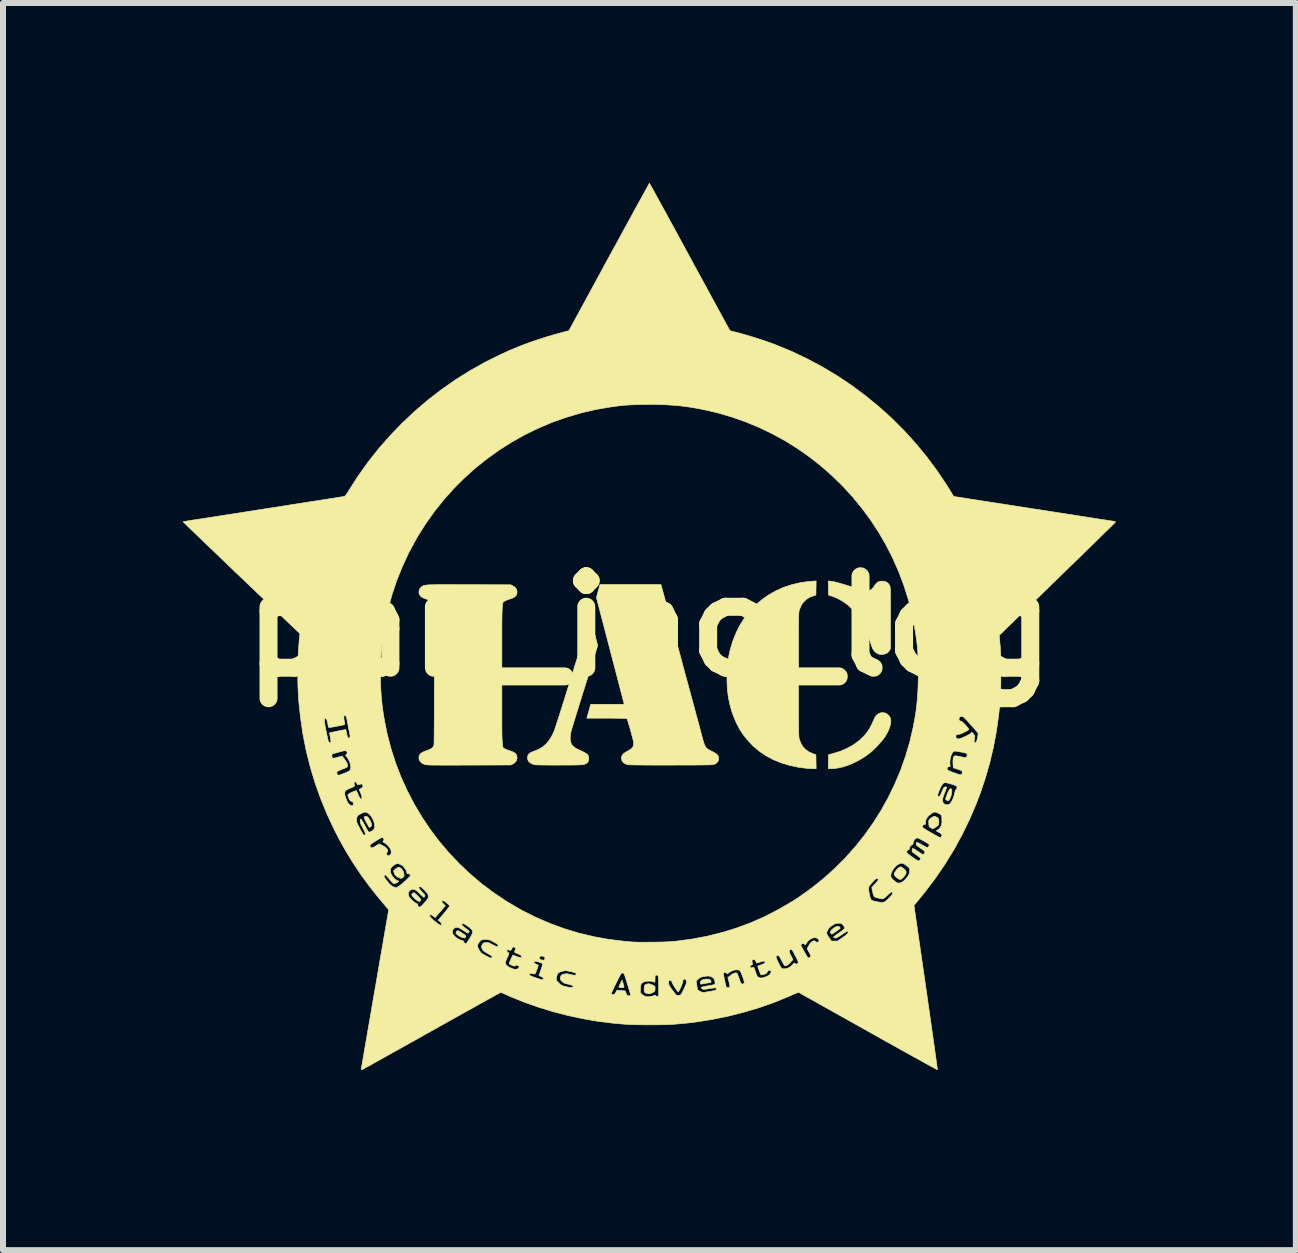
<source format=kicad_pcb>
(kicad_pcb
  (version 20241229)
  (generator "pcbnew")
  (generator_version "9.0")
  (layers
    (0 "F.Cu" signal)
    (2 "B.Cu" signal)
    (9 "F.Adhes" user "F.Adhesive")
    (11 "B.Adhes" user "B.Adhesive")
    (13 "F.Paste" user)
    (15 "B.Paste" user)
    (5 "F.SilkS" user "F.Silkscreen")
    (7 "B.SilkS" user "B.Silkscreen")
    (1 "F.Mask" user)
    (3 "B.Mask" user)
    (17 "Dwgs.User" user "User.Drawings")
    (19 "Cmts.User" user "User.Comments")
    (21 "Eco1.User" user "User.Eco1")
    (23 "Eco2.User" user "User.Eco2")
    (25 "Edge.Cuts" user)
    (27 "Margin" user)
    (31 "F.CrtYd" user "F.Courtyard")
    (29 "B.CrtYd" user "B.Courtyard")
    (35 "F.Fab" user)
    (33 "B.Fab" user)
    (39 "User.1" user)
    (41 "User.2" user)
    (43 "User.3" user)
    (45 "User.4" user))
  (footprint "pan_iac_log"
    (layer "F.Cu")
    (at 7.777 7.393)
    (property "Reference" "pan_iac_log" (at 0 0 0) (layer "F.SilkS") (effects (font (size 1.524 1.524) (thickness 0.3))))
    (attr through_hole)
    (fp_poly (pts (xy -0.442 5.94) (xy -0.431 5.975) (xy -0.425 5.999) (xy -0.423 6.013) (xy -0.427 6.02) (xy -0.437 6.023) (xy -0.452 6.023) (xy -0.458 6.023) (xy -0.482 6.022) (xy -0.5 6.02) (xy -0.506 6.019) (xy -0.508 6.012) (xy -0.503 5.994) (xy -0.49 5.966) (xy -0.485 5.956) (xy -0.455 5.896) (xy -0.442 5.94)) (stroke (width 0.01) (type solid)) (fill yes) (layer "F.SilkS"))
    (fp_poly (pts (xy 1.006 5.888) (xy 1.022 5.903) (xy 1.026 5.913) (xy 1.028 5.928) (xy 1.027 5.935) (xy 1.02 5.937) (xy 1.002 5.94) (xy 0.976 5.945) (xy 0.946 5.95) (xy 0.916 5.956) (xy 0.888 5.96) (xy 0.867 5.964) (xy 0.855 5.965) (xy 0.855 5.965) (xy 0.851 5.959) (xy 0.849 5.943) (xy 0.849 5.94) (xy 0.855 5.917) (xy 0.873 5.9) (xy 0.904 5.888) (xy 0.937 5.882) (xy 0.977 5.881) (xy 1.006 5.888)) (stroke (width 0.01) (type solid)) (fill yes) (layer "F.SilkS"))
    (fp_poly (pts (xy 3.163 5.006) (xy 3.176 5.019) (xy 3.18 5.026) (xy 3.18 5.033) (xy 3.174 5.041) (xy 3.16 5.052) (xy 3.137 5.069) (xy 3.117 5.083) (xy 3.089 5.102) (xy 3.066 5.117) (xy 3.049 5.127) (xy 3.041 5.131) (xy 3.032 5.125) (xy 3.023 5.115) (xy 3.016 5.103) (xy 3.017 5.091) (xy 3.025 5.077) (xy 3.038 5.061) (xy 3.058 5.042) (xy 3.077 5.027) (xy 3.111 5.008) (xy 3.14 5.001) (xy 3.163 5.006)) (stroke (width 0.01) (type solid)) (fill yes) (layer "F.SilkS"))
    (fp_poly (pts (xy -4.706 3.171) (xy -4.684 3.191) (xy -4.662 3.225) (xy -4.655 3.238) (xy -4.638 3.276) (xy -4.631 3.305) (xy -4.634 3.326) (xy -4.646 3.341) (xy -4.646 3.342) (xy -4.66 3.35) (xy -4.667 3.353) (xy -4.673 3.347) (xy -4.683 3.33) (xy -4.697 3.306) (xy -4.714 3.275) (xy -4.718 3.268) (xy -4.736 3.234) (xy -4.748 3.21) (xy -4.754 3.194) (xy -4.756 3.184) (xy -4.754 3.178) (xy -4.749 3.174) (xy -4.728 3.165) (xy -4.706 3.171)) (stroke (width 0.01) (type solid)) (fill yes) (layer "F.SilkS"))
    (fp_poly (pts (xy -3.916 4.446) (xy -3.9 4.459) (xy -3.878 4.479) (xy -3.862 4.495) (xy -3.836 4.521) (xy -3.82 4.541) (xy -3.813 4.554) (xy -3.811 4.565) (xy -3.811 4.566) (xy -3.819 4.58) (xy -3.835 4.584) (xy -3.859 4.578) (xy -3.864 4.575) (xy -3.882 4.563) (xy -3.904 4.545) (xy -3.925 4.525) (xy -3.944 4.505) (xy -3.958 4.488) (xy -3.962 4.477) (xy -3.957 4.462) (xy -3.943 4.448) (xy -3.927 4.441) (xy -3.925 4.441) (xy -3.916 4.446)) (stroke (width 0.01) (type solid)) (fill yes) (layer "F.SilkS"))
    (fp_poly (pts (xy 5.032 2.709) (xy 5.04 2.719) (xy 5.043 2.74) (xy 5.041 2.768) (xy 5.035 2.799) (xy 5.027 2.832) (xy 5.015 2.863) (xy 5.001 2.888) (xy 4.994 2.897) (xy 4.984 2.908) (xy 4.974 2.908) (xy 4.96 2.901) (xy 4.949 2.895) (xy 4.942 2.888) (xy 4.94 2.878) (xy 4.942 2.864) (xy 4.949 2.842) (xy 4.96 2.811) (xy 4.973 2.78) (xy 4.988 2.745) (xy 5.001 2.722) (xy 5.013 2.71) (xy 5.026 2.707) (xy 5.032 2.709)) (stroke (width 0.01) (type solid)) (fill yes) (layer "F.SilkS"))
    (fp_poly (pts (xy -3.183 5.077) (xy -3.163 5.087) (xy -3.139 5.102) (xy -3.113 5.119) (xy -3.09 5.136) (xy -3.072 5.15) (xy -3.063 5.159) (xy -3.061 5.175) (xy -3.068 5.189) (xy -3.082 5.195) (xy -3.083 5.195) (xy -3.098 5.193) (xy -3.119 5.188) (xy -3.12 5.188) (xy -3.139 5.18) (xy -3.163 5.167) (xy -3.187 5.151) (xy -3.208 5.136) (xy -3.222 5.123) (xy -3.226 5.118) (xy -3.224 5.104) (xy -3.216 5.088) (xy -3.203 5.076) (xy -3.195 5.073) (xy -3.183 5.077)) (stroke (width 0.01) (type solid)) (fill yes) (layer "F.SilkS"))
    (fp_poly (pts (xy 0.014 5.963) (xy 0.055 5.98) (xy 0.055 5.98) (xy 0.094 6.003) (xy 0.094 6.041) (xy 0.094 6.063) (xy 0.09 6.077) (xy 0.08 6.088) (xy 0.062 6.101) (xy 0.059 6.103) (xy 0.023 6.12) (xy -0.014 6.126) (xy -0.047 6.12) (xy -0.067 6.11) (xy -0.078 6.1) (xy -0.084 6.089) (xy -0.087 6.072) (xy -0.087 6.049) (xy -0.086 6.017) (xy -0.083 5.996) (xy -0.076 5.982) (xy -0.064 5.972) (xy -0.058 5.969) (xy -0.023 5.959) (xy 0.014 5.963)) (stroke (width 0.01) (type solid)) (fill yes) (layer "F.SilkS"))
    (fp_poly (pts (xy 4.207 4.015) (xy 4.224 4.027) (xy 4.237 4.037) (xy 4.265 4.062) (xy 4.279 4.085) (xy 4.281 4.109) (xy 4.271 4.135) (xy 4.248 4.167) (xy 4.246 4.17) (xy 4.22 4.198) (xy 4.199 4.215) (xy 4.18 4.22) (xy 4.16 4.214) (xy 4.135 4.198) (xy 4.13 4.194) (xy 4.104 4.172) (xy 4.089 4.155) (xy 4.083 4.14) (xy 4.084 4.123) (xy 4.085 4.116) (xy 4.097 4.091) (xy 4.116 4.064) (xy 4.139 4.039) (xy 4.162 4.02) (xy 4.172 4.015) (xy 4.185 4.01) (xy 4.196 4.01) (xy 4.207 4.015)) (stroke (width 0.01) (type solid)) (fill yes) (layer "F.SilkS"))
    (fp_poly (pts (xy -4.17 4.017) (xy -4.149 4.029) (xy -4.128 4.049) (xy -4.11 4.076) (xy -4.098 4.103) (xy -4.097 4.11) (xy -4.093 4.132) (xy -4.089 4.149) (xy -4.089 4.152) (xy -4.091 4.165) (xy -4.103 4.18) (xy -4.118 4.194) (xy -4.133 4.201) (xy -4.136 4.201) (xy -4.15 4.199) (xy -4.17 4.192) (xy -4.178 4.189) (xy -4.202 4.176) (xy -4.223 4.161) (xy -4.228 4.157) (xy -4.242 4.139) (xy -4.254 4.116) (xy -4.261 4.093) (xy -4.263 4.076) (xy -4.262 4.073) (xy -4.255 4.064) (xy -4.239 4.05) (xy -4.223 4.038) (xy -4.2 4.023) (xy -4.184 4.017) (xy -4.17 4.017)) (stroke (width 0.01) (type solid)) (fill yes) (layer "F.SilkS"))
    (fp_poly (pts (xy 4.767 3.171) (xy 4.768 3.171) (xy 4.797 3.186) (xy 4.815 3.201) (xy 4.824 3.222) (xy 4.826 3.251) (xy 4.826 3.254) (xy 4.824 3.287) (xy 4.818 3.31) (xy 4.815 3.314) (xy 4.805 3.324) (xy 4.788 3.337) (xy 4.766 3.351) (xy 4.746 3.364) (xy 4.73 3.373) (xy 4.724 3.375) (xy 4.716 3.371) (xy 4.701 3.363) (xy 4.695 3.359) (xy 4.679 3.349) (xy 4.668 3.342) (xy 4.667 3.341) (xy 4.663 3.331) (xy 4.66 3.311) (xy 4.658 3.287) (xy 4.658 3.262) (xy 4.658 3.241) (xy 4.66 3.232) (xy 4.669 3.219) (xy 4.686 3.203) (xy 4.706 3.189) (xy 4.728 3.175) (xy 4.743 3.168) (xy 4.754 3.167) (xy 4.767 3.171)) (stroke (width 0.01) (type solid)) (fill yes) (layer "F.SilkS"))
    (fp_poly (pts (xy 3.913 1.441) (xy 3.93 1.445) (xy 3.962 1.46) (xy 3.991 1.486) (xy 4.012 1.518) (xy 4.021 1.539) (xy 4.026 1.58) (xy 4.02 1.629) (xy 4.005 1.684) (xy 3.982 1.743) (xy 3.95 1.804) (xy 3.924 1.846) (xy 3.894 1.887) (xy 3.855 1.933) (xy 3.812 1.981) (xy 3.766 2.029) (xy 3.721 2.072) (xy 3.688 2.1) (xy 3.604 2.163) (xy 3.515 2.219) (xy 3.423 2.268) (xy 3.329 2.309) (xy 3.237 2.34) (xy 3.148 2.361) (xy 3.065 2.372) (xy 3.032 2.373) (xy 2.982 2.373) (xy 2.986 2.14) (xy 3.066 2.119) (xy 3.184 2.082) (xy 3.295 2.034) (xy 3.398 1.977) (xy 3.49 1.91) (xy 3.552 1.854) (xy 3.598 1.805) (xy 3.637 1.755) (xy 3.672 1.701) (xy 3.705 1.638) (xy 3.738 1.564) (xy 3.764 1.512) (xy 3.794 1.474) (xy 3.829 1.45) (xy 3.869 1.439) (xy 3.913 1.441)) (stroke (width 0.01) (type solid)) (fill yes) (layer "F.SilkS"))
    (fp_poly (pts (xy 3.024 -0.752) (xy 3.057 -0.748) (xy 3.098 -0.739) (xy 3.149 -0.726) (xy 3.21 -0.709) (xy 3.282 -0.687) (xy 3.342 -0.668) (xy 3.404 -0.649) (xy 3.454 -0.633) (xy 3.494 -0.622) (xy 3.527 -0.613) (xy 3.554 -0.606) (xy 3.578 -0.602) (xy 3.6 -0.599) (xy 3.612 -0.597) (xy 3.651 -0.597) (xy 3.684 -0.606) (xy 3.712 -0.624) (xy 3.739 -0.655) (xy 3.751 -0.674) (xy 3.779 -0.712) (xy 3.806 -0.736) (xy 3.836 -0.75) (xy 3.871 -0.755) (xy 3.873 -0.755) (xy 3.921 -0.75) (xy 3.959 -0.735) (xy 3.988 -0.709) (xy 4.007 -0.679) (xy 4.009 -0.672) (xy 4.012 -0.665) (xy 4.013 -0.655) (xy 4.015 -0.642) (xy 4.016 -0.625) (xy 4.017 -0.602) (xy 4.018 -0.573) (xy 4.019 -0.536) (xy 4.019 -0.491) (xy 4.02 -0.436) (xy 4.02 -0.37) (xy 4.02 -0.292) (xy 4.02 -0.202) (xy 4.02 -0.141) (xy 4.02 0.368) (xy 4.004 0.4) (xy 3.981 0.431) (xy 3.958 0.448) (xy 3.925 0.461) (xy 3.886 0.468) (xy 3.849 0.468) (xy 3.834 0.465) (xy 3.791 0.447) (xy 3.754 0.417) (xy 3.725 0.377) (xy 3.705 0.329) (xy 3.705 0.328) (xy 3.661 0.187) (xy 3.611 0.059) (xy 3.553 -0.058) (xy 3.488 -0.162) (xy 3.415 -0.254) (xy 3.382 -0.289) (xy 3.302 -0.362) (xy 3.217 -0.422) (xy 3.128 -0.47) (xy 3.052 -0.5) (xy 2.986 -0.522) (xy 2.984 -0.639) (xy 2.982 -0.757) (xy 3.024 -0.752)) (stroke (width 0.01) (type solid)) (fill yes) (layer "F.SilkS"))
    (fp_poly (pts (xy 2.778 -0.638) (xy 2.776 -0.52) (xy 2.741 -0.511) (xy 2.675 -0.487) (xy 2.618 -0.452) (xy 2.569 -0.405) (xy 2.531 -0.349) (xy 2.503 -0.283) (xy 2.498 -0.268) (xy 2.497 -0.261) (xy 2.495 -0.252) (xy 2.494 -0.242) (xy 2.492 -0.229) (xy 2.491 -0.213) (xy 2.49 -0.192) (xy 2.489 -0.167) (xy 2.488 -0.136) (xy 2.488 -0.099) (xy 2.487 -0.055) (xy 2.487 -0.003) (xy 2.486 0.058) (xy 2.486 0.128) (xy 2.486 0.207) (xy 2.486 0.298) (xy 2.486 0.4) (xy 2.486 0.514) (xy 2.486 0.642) (xy 2.486 0.783) (xy 2.486 0.802) (xy 2.486 0.944) (xy 2.486 1.073) (xy 2.486 1.189) (xy 2.486 1.292) (xy 2.486 1.384) (xy 2.486 1.465) (xy 2.486 1.536) (xy 2.487 1.598) (xy 2.487 1.651) (xy 2.488 1.697) (xy 2.488 1.735) (xy 2.489 1.767) (xy 2.49 1.793) (xy 2.491 1.814) (xy 2.492 1.831) (xy 2.493 1.845) (xy 2.495 1.856) (xy 2.496 1.866) (xy 2.498 1.874) (xy 2.499 1.878) (xy 2.523 1.946) (xy 2.559 2.005) (xy 2.605 2.054) (xy 2.662 2.094) (xy 2.727 2.123) (xy 2.776 2.14) (xy 2.78 2.373) (xy 2.72 2.372) (xy 2.688 2.371) (xy 2.659 2.37) (xy 2.637 2.369) (xy 2.634 2.368) (xy 2.477 2.348) (xy 2.33 2.316) (xy 2.193 2.274) (xy 2.065 2.222) (xy 1.947 2.159) (xy 1.837 2.085) (xy 1.736 2) (xy 1.721 1.985) (xy 1.637 1.896) (xy 1.563 1.804) (xy 1.5 1.707) (xy 1.445 1.601) (xy 1.398 1.486) (xy 1.372 1.412) (xy 1.34 1.297) (xy 1.316 1.18) (xy 1.301 1.059) (xy 1.294 0.931) (xy 1.294 0.799) (xy 1.299 0.685) (xy 1.31 0.581) (xy 1.326 0.483) (xy 1.348 0.386) (xy 1.377 0.286) (xy 1.391 0.244) (xy 1.446 0.106) (xy 1.512 -0.024) (xy 1.588 -0.144) (xy 1.675 -0.256) (xy 1.772 -0.357) (xy 1.878 -0.447) (xy 1.992 -0.527) (xy 2.115 -0.596) (xy 2.244 -0.653) (xy 2.381 -0.698) (xy 2.524 -0.73) (xy 2.672 -0.75) (xy 2.705 -0.752) (xy 2.78 -0.757) (xy 2.778 -0.638)) (stroke (width 0.01) (type solid)) (fill yes) (layer "F.SilkS"))
    (fp_poly (pts (xy -0.984 -0.137) (xy -0.981 -0.13) (xy -0.976 -0.11) (xy -0.967 -0.079) (xy -0.957 -0.04) (xy -0.944 0.007) (xy -0.93 0.06) (xy -0.921 0.094) (xy -0.862 0.321) (xy -1.078 1.012) (xy -1.109 1.109) (xy -1.138 1.204) (xy -1.167 1.295) (xy -1.193 1.381) (xy -1.218 1.46) (xy -1.24 1.532) (xy -1.26 1.597) (xy -1.276 1.651) (xy -1.29 1.696) (xy -1.3 1.73) (xy -1.306 1.751) (xy -1.308 1.756) (xy -1.314 1.793) (xy -1.319 1.834) (xy -1.321 1.865) (xy -1.316 1.915) (xy -1.303 1.957) (xy -1.279 1.991) (xy -1.244 2.021) (xy -1.195 2.049) (xy -1.19 2.051) (xy -1.137 2.076) (xy -1.095 2.096) (xy -1.064 2.114) (xy -1.042 2.129) (xy -1.027 2.144) (xy -1.018 2.16) (xy -1.014 2.177) (xy -1.012 2.198) (xy -1.012 2.206) (xy -1.015 2.238) (xy -1.024 2.261) (xy -1.043 2.279) (xy -1.074 2.296) (xy -1.074 2.296) (xy -1.082 2.299) (xy -1.09 2.302) (xy -1.099 2.305) (xy -1.112 2.307) (xy -1.129 2.308) (xy -1.151 2.309) (xy -1.18 2.31) (xy -1.216 2.311) (xy -1.262 2.312) (xy -1.319 2.312) (xy -1.387 2.312) (xy -1.468 2.312) (xy -1.491 2.313) (xy -1.566 2.313) (xy -1.637 2.313) (xy -1.703 2.312) (xy -1.762 2.312) (xy -1.813 2.311) (xy -1.855 2.31) (xy -1.886 2.309) (xy -1.904 2.308) (xy -1.908 2.307) (xy -1.957 2.293) (xy -1.994 2.271) (xy -2.019 2.243) (xy -2.031 2.209) (xy -2.032 2.194) (xy -2.029 2.164) (xy -2.02 2.14) (xy -2.003 2.121) (xy -1.976 2.103) (xy -1.937 2.087) (xy -1.916 2.079) (xy -1.84 2.047) (xy -1.774 2.006) (xy -1.715 1.953) (xy -1.664 1.889) (xy -1.619 1.813) (xy -1.586 1.742) (xy -1.581 1.727) (xy -1.572 1.7) (xy -1.559 1.66) (xy -1.542 1.609) (xy -1.523 1.548) (xy -1.5 1.478) (xy -1.475 1.399) (xy -1.448 1.312) (xy -1.418 1.219) (xy -1.387 1.119) (xy -1.355 1.015) (xy -1.321 0.907) (xy -1.286 0.795) (xy -1.28 0.777) (xy -1.246 0.666) (xy -1.212 0.559) (xy -1.18 0.456) (xy -1.15 0.359) (xy -1.122 0.268) (xy -1.095 0.185) (xy -1.072 0.109) (xy -1.05 0.042) (xy -1.032 -0.015) (xy -1.017 -0.062) (xy -1.005 -0.098) (xy -0.998 -0.122) (xy -0.994 -0.133) (xy -0.993 -0.134) (xy -0.986 -0.138) (xy -0.984 -0.137)) (stroke (width 0.01) (type solid)) (fill yes) (layer "F.SilkS"))
    (fp_poly (pts (xy 0.53 0.546) (xy 0.565 0.678) (xy 0.6 0.808) (xy 0.634 0.933) (xy 0.667 1.054) (xy 0.698 1.17) (xy 0.728 1.28) (xy 0.756 1.382) (xy 0.781 1.478) (xy 0.805 1.564) (xy 0.826 1.642) (xy 0.844 1.71) (xy 0.859 1.767) (xy 0.871 1.813) (xy 0.88 1.847) (xy 0.886 1.867) (xy 0.887 1.871) (xy 0.904 1.933) (xy 0.923 1.981) (xy 0.941 2.016) (xy 0.958 2.036) (xy 0.971 2.045) (xy 0.994 2.058) (xy 1.022 2.074) (xy 1.048 2.086) (xy 1.089 2.109) (xy 1.119 2.128) (xy 1.138 2.148) (xy 1.149 2.17) (xy 1.154 2.196) (xy 1.154 2.207) (xy 1.148 2.242) (xy 1.129 2.27) (xy 1.098 2.292) (xy 1.087 2.298) (xy 1.081 2.3) (xy 1.074 2.302) (xy 1.066 2.304) (xy 1.054 2.305) (xy 1.039 2.307) (xy 1.019 2.308) (xy 0.993 2.309) (xy 0.961 2.31) (xy 0.922 2.31) (xy 0.875 2.311) (xy 0.818 2.311) (xy 0.751 2.312) (xy 0.674 2.312) (xy 0.585 2.312) (xy 0.483 2.312) (xy 0.367 2.313) (xy 0.363 2.313) (xy 0.259 2.313) (xy 0.16 2.313) (xy 0.067 2.313) (xy -0.02 2.312) (xy -0.098 2.312) (xy -0.169 2.311) (xy -0.229 2.311) (xy -0.28 2.31) (xy -0.318 2.309) (xy -0.344 2.308) (xy -0.357 2.307) (xy -0.358 2.307) (xy -0.403 2.292) (xy -0.435 2.271) (xy -0.455 2.243) (xy -0.464 2.208) (xy -0.464 2.197) (xy -0.461 2.167) (xy -0.449 2.142) (xy -0.426 2.119) (xy -0.392 2.095) (xy -0.374 2.085) (xy -0.33 2.06) (xy -0.298 2.037) (xy -0.277 2.013) (xy -0.266 1.987) (xy -0.263 1.956) (xy -0.265 1.925) (xy -0.268 1.91) (xy -0.274 1.883) (xy -0.283 1.848) (xy -0.294 1.807) (xy -0.306 1.762) (xy -0.319 1.716) (xy -0.332 1.67) (xy -0.345 1.628) (xy -0.356 1.591) (xy -0.365 1.563) (xy -0.371 1.544) (xy -0.374 1.538) (xy -0.382 1.537) (xy -0.404 1.535) (xy -0.439 1.534) (xy -0.487 1.533) (xy -0.546 1.532) (xy -0.617 1.531) (xy -0.697 1.531) (xy -0.711 1.531) (xy -1.043 1.531) (xy -1.018 1.442) (xy -1.008 1.406) (xy -0.999 1.372) (xy -0.991 1.344) (xy -0.987 1.326) (xy -0.979 1.299) (xy -0.419 1.299) (xy -0.424 1.283) (xy -0.426 1.274) (xy -0.432 1.252) (xy -0.441 1.217) (xy -0.453 1.171) (xy -0.467 1.115) (xy -0.485 1.049) (xy -0.504 0.973) (xy -0.526 0.89) (xy -0.549 0.8) (xy -0.574 0.704) (xy -0.601 0.602) (xy -0.629 0.495) (xy -0.655 0.394) (xy -0.883 -0.479) (xy -0.824 -0.697) (xy 0.193 -0.697) (xy 0.53 0.546)) (stroke (width 0.01) (type solid)) (fill yes) (layer "F.SilkS"))
    (fp_poly (pts (xy -3.242 -0.696) (xy -3.136 -0.695) (xy -3.016 -0.695) (xy -3.007 -0.695) (xy -2.311 -0.693) (xy -2.275 -0.674) (xy -2.239 -0.65) (xy -2.216 -0.62) (xy -2.207 -0.584) (xy -2.206 -0.574) (xy -2.21 -0.54) (xy -2.224 -0.513) (xy -2.247 -0.49) (xy -2.283 -0.471) (xy -2.331 -0.455) (xy -2.333 -0.454) (xy -2.363 -0.444) (xy -2.392 -0.432) (xy -2.407 -0.424) (xy -2.414 -0.421) (xy -2.42 -0.418) (xy -2.426 -0.415) (xy -2.431 -0.412) (xy -2.435 -0.407) (xy -2.439 -0.4) (xy -2.443 -0.391) (xy -2.446 -0.379) (xy -2.449 -0.362) (xy -2.451 -0.342) (xy -2.453 -0.315) (xy -2.455 -0.284) (xy -2.456 -0.245) (xy -2.458 -0.199) (xy -2.458 -0.146) (xy -2.459 -0.084) (xy -2.46 -0.012) (xy -2.46 0.069) (xy -2.46 0.16) (xy -2.46 0.263) (xy -2.46 0.378) (xy -2.46 0.505) (xy -2.46 0.645) (xy -2.46 0.799) (xy -2.46 0.809) (xy -2.46 0.964) (xy -2.46 1.105) (xy -2.46 1.233) (xy -2.46 1.349) (xy -2.46 1.452) (xy -2.46 1.544) (xy -2.46 1.626) (xy -2.459 1.698) (xy -2.459 1.761) (xy -2.458 1.815) (xy -2.457 1.861) (xy -2.455 1.9) (xy -2.453 1.932) (xy -2.451 1.958) (xy -2.449 1.98) (xy -2.446 1.996) (xy -2.443 2.009) (xy -2.44 2.018) (xy -2.436 2.025) (xy -2.431 2.03) (xy -2.426 2.033) (xy -2.42 2.036) (xy -2.414 2.039) (xy -2.407 2.042) (xy -2.407 2.043) (xy -2.382 2.054) (xy -2.352 2.066) (xy -2.333 2.072) (xy -2.284 2.089) (xy -2.248 2.108) (xy -2.224 2.13) (xy -2.211 2.158) (xy -2.206 2.191) (xy -2.206 2.192) (xy -2.213 2.23) (xy -2.232 2.261) (xy -2.264 2.287) (xy -2.275 2.293) (xy -2.311 2.311) (xy -3.012 2.313) (xy -3.128 2.313) (xy -3.231 2.314) (xy -3.322 2.314) (xy -3.401 2.314) (xy -3.468 2.314) (xy -3.526 2.313) (xy -3.574 2.313) (xy -3.615 2.313) (xy -3.648 2.312) (xy -3.675 2.311) (xy -3.696 2.31) (xy -3.712 2.309) (xy -3.725 2.307) (xy -3.735 2.306) (xy -3.743 2.304) (xy -3.75 2.302) (xy -3.751 2.301) (xy -3.792 2.281) (xy -3.821 2.255) (xy -3.839 2.222) (xy -3.843 2.186) (xy -3.839 2.163) (xy -3.827 2.137) (xy -3.806 2.114) (xy -3.774 2.095) (xy -3.729 2.077) (xy -3.714 2.072) (xy -3.667 2.054) (xy -3.632 2.035) (xy -3.609 2.014) (xy -3.595 1.988) (xy -3.592 1.978) (xy -3.591 1.967) (xy -3.59 1.942) (xy -3.59 1.905) (xy -3.589 1.856) (xy -3.588 1.797) (xy -3.588 1.728) (xy -3.587 1.65) (xy -3.587 1.564) (xy -3.586 1.472) (xy -3.586 1.373) (xy -3.586 1.27) (xy -3.586 1.162) (xy -3.586 1.052) (xy -3.585 0.94) (xy -3.585 0.826) (xy -3.585 0.712) (xy -3.585 0.6) (xy -3.586 0.489) (xy -3.586 0.38) (xy -3.586 0.276) (xy -3.586 0.175) (xy -3.587 0.081) (xy -3.587 -0.007) (xy -3.588 -0.087) (xy -3.588 -0.159) (xy -3.589 -0.221) (xy -3.589 -0.273) (xy -3.59 -0.314) (xy -3.591 -0.342) (xy -3.592 -0.357) (xy -3.592 -0.359) (xy -3.603 -0.387) (xy -3.623 -0.41) (xy -3.653 -0.43) (xy -3.696 -0.448) (xy -3.714 -0.453) (xy -3.75 -0.466) (xy -3.782 -0.48) (xy -3.804 -0.493) (xy -3.806 -0.495) (xy -3.83 -0.523) (xy -3.842 -0.556) (xy -3.841 -0.591) (xy -3.829 -0.625) (xy -3.806 -0.652) (xy -3.798 -0.66) (xy -3.79 -0.666) (xy -3.782 -0.672) (xy -3.773 -0.676) (xy -3.761 -0.681) (xy -3.747 -0.684) (xy -3.728 -0.687) (xy -3.705 -0.69) (xy -3.676 -0.692) (xy -3.641 -0.693) (xy -3.598 -0.694) (xy -3.547 -0.695) (xy -3.487 -0.696) (xy -3.416 -0.696) (xy -3.335 -0.696) (xy -3.242 -0.696)) (stroke (width 0.01) (type solid)) (fill yes) (layer "F.SilkS"))
    (fp_poly (pts (xy 0.005 -7.381) (xy 0.015 -7.363) (xy 0.032 -7.333) (xy 0.055 -7.292) (xy 0.083 -7.241) (xy 0.116 -7.18) (xy 0.155 -7.11) (xy 0.197 -7.032) (xy 0.245 -6.946) (xy 0.296 -6.853) (xy 0.35 -6.753) (xy 0.408 -6.647) (xy 0.469 -6.535) (xy 0.532 -6.419) (xy 0.597 -6.299) (xy 0.664 -6.175) (xy 0.671 -6.163) (xy 0.738 -6.039) (xy 0.804 -5.918) (xy 0.868 -5.802) (xy 0.928 -5.69) (xy 0.987 -5.583) (xy 1.041 -5.482) (xy 1.093 -5.388) (xy 1.14 -5.3) (xy 1.184 -5.221) (xy 1.223 -5.15) (xy 1.257 -5.087) (xy 1.285 -5.035) (xy 1.309 -4.993) (xy 1.326 -4.961) (xy 1.337 -4.941) (xy 1.342 -4.933) (xy 1.342 -4.933) (xy 1.351 -4.929) (xy 1.371 -4.922) (xy 1.397 -4.915) (xy 1.408 -4.913) (xy 1.487 -4.893) (xy 1.576 -4.868) (xy 1.672 -4.84) (xy 1.772 -4.809) (xy 1.871 -4.777) (xy 1.968 -4.744) (xy 2.058 -4.712) (xy 2.115 -4.69) (xy 2.381 -4.58) (xy 2.641 -4.456) (xy 2.894 -4.32) (xy 3.14 -4.172) (xy 3.378 -4.013) (xy 3.608 -3.841) (xy 3.83 -3.659) (xy 4.043 -3.467) (xy 4.246 -3.264) (xy 4.439 -3.051) (xy 4.622 -2.829) (xy 4.794 -2.598) (xy 4.955 -2.359) (xy 5.013 -2.264) (xy 5.073 -2.166) (xy 6.399 -1.96) (xy 6.536 -1.939) (xy 6.67 -1.918) (xy 6.799 -1.898) (xy 6.923 -1.879) (xy 7.041 -1.861) (xy 7.153 -1.843) (xy 7.257 -1.827) (xy 7.353 -1.812) (xy 7.441 -1.798) (xy 7.519 -1.786) (xy 7.587 -1.776) (xy 7.644 -1.767) (xy 7.69 -1.76) (xy 7.723 -1.755) (xy 7.743 -1.752) (xy 7.749 -1.751) (xy 7.765 -1.747) (xy 7.772 -1.742) (xy 7.772 -1.741) (xy 7.767 -1.736) (xy 7.752 -1.72) (xy 7.728 -1.696) (xy 7.695 -1.663) (xy 7.653 -1.622) (xy 7.603 -1.574) (xy 7.546 -1.518) (xy 7.483 -1.455) (xy 7.413 -1.387) (xy 7.337 -1.313) (xy 7.256 -1.234) (xy 7.17 -1.15) (xy 7.079 -1.062) (xy 6.985 -0.971) (xy 6.888 -0.876) (xy 6.803 -0.793) (xy 5.833 0.149) (xy 5.838 0.203) (xy 5.84 0.232) (xy 5.843 0.27) (xy 5.847 0.313) (xy 5.851 0.355) (xy 5.851 0.356) (xy 5.853 0.393) (xy 5.856 0.442) (xy 5.857 0.502) (xy 5.859 0.57) (xy 5.859 0.644) (xy 5.86 0.722) (xy 5.86 0.802) (xy 5.86 0.881) (xy 5.859 0.958) (xy 5.858 1.031) (xy 5.856 1.096) (xy 5.854 1.153) (xy 5.852 1.199) (xy 5.851 1.216) (xy 5.822 1.491) (xy 5.784 1.758) (xy 5.735 2.018) (xy 5.675 2.272) (xy 5.604 2.521) (xy 5.521 2.769) (xy 5.453 2.948) (xy 5.341 3.212) (xy 5.216 3.469) (xy 5.079 3.72) (xy 4.928 3.965) (xy 4.765 4.204) (xy 4.588 4.437) (xy 4.497 4.549) (xy 4.411 4.653) (xy 4.609 6.02) (xy 4.629 6.159) (xy 4.648 6.295) (xy 4.667 6.425) (xy 4.685 6.551) (xy 4.702 6.67) (xy 4.718 6.783) (xy 4.733 6.889) (xy 4.747 6.986) (xy 4.759 7.075) (xy 4.77 7.154) (xy 4.78 7.223) (xy 4.788 7.282) (xy 4.794 7.328) (xy 4.799 7.363) (xy 4.801 7.384) (xy 4.802 7.392) (xy 4.802 7.392) (xy 4.795 7.389) (xy 4.777 7.38) (xy 4.747 7.363) (xy 4.706 7.341) (xy 4.655 7.313) (xy 4.594 7.28) (xy 4.525 7.241) (xy 4.447 7.198) (xy 4.362 7.151) (xy 4.27 7.1) (xy 4.171 7.045) (xy 4.067 6.987) (xy 3.957 6.926) (xy 3.843 6.862) (xy 3.726 6.796) (xy 3.642 6.749) (xy 2.486 6.101) (xy 2.457 6.113) (xy 2.44 6.12) (xy 2.412 6.131) (xy 2.379 6.145) (xy 2.341 6.162) (xy 2.327 6.168) (xy 2.083 6.268) (xy 1.831 6.357) (xy 1.571 6.434) (xy 1.307 6.501) (xy 1.04 6.555) (xy 0.77 6.597) (xy 0.657 6.611) (xy 0.576 6.619) (xy 0.501 6.626) (xy 0.432 6.632) (xy 0.363 6.636) (xy 0.293 6.64) (xy 0.219 6.642) (xy 0.138 6.643) (xy 0.046 6.643) (xy -0.004 6.643) (xy -0.098 6.643) (xy -0.18 6.642) (xy -0.254 6.641) (xy -0.322 6.638) (xy -0.387 6.635) (xy -0.452 6.63) (xy -0.521 6.624) (xy -0.595 6.617) (xy -0.624 6.614) (xy -0.869 6.583) (xy -1.116 6.54) (xy -1.363 6.487) (xy -1.609 6.423) (xy -1.85 6.349) (xy -2.084 6.267) (xy -2.308 6.176) (xy -2.376 6.146) (xy -2.411 6.13) (xy -2.416 6.128) (xy -0.636 6.128) (xy -0.625 6.137) (xy -0.607 6.14) (xy -0.591 6.138) (xy -0.581 6.132) (xy -0.57 6.118) (xy -0.561 6.103) (xy -0.541 6.066) (xy -0.475 6.071) (xy -0.446 6.074) (xy -0.422 6.076) (xy -0.408 6.078) (xy -0.405 6.079) (xy -0.4 6.087) (xy -0.393 6.104) (xy -0.391 6.109) (xy -0.383 6.13) (xy -0.373 6.147) (xy -0.372 6.149) (xy -0.357 6.158) (xy -0.339 6.161) (xy -0.323 6.158) (xy -0.315 6.151) (xy -0.316 6.141) (xy -0.32 6.12) (xy -0.328 6.09) (xy -0.33 6.085) (xy -0.151 6.085) (xy -0.15 6.103) (xy -0.15 6.106) (xy -0.141 6.12) (xy -0.122 6.137) (xy -0.099 6.154) (xy -0.074 6.166) (xy -0.066 6.169) (xy -0.029 6.175) (xy 0.011 6.174) (xy 0.049 6.166) (xy 0.063 6.16) (xy 0.083 6.152) (xy 0.094 6.149) (xy 0.101 6.153) (xy 0.104 6.157) (xy 0.12 6.167) (xy 0.135 6.167) (xy 0.156 6.165) (xy 0.154 5.998) (xy 0.153 5.941) (xy 0.319 5.941) (xy 0.32 5.956) (xy 0.324 5.971) (xy 0.332 5.988) (xy 0.344 6.009) (xy 0.362 6.036) (xy 0.388 6.071) (xy 0.419 6.112) (xy 0.436 6.134) (xy 0.449 6.147) (xy 0.461 6.152) (xy 0.476 6.154) (xy 0.482 6.154) (xy 0.511 6.15) (xy 0.525 6.141) (xy 0.532 6.13) (xy 0.544 6.108) (xy 0.559 6.079) (xy 0.576 6.046) (xy 0.579 6.038) (xy 0.597 5.999) (xy 0.609 5.97) (xy 0.616 5.949) (xy 0.619 5.933) (xy 0.619 5.92) (xy 0.617 5.914) (xy 0.781 5.914) (xy 0.79 5.979) (xy 0.794 6.01) (xy 0.798 6.036) (xy 0.802 6.053) (xy 0.803 6.057) (xy 0.812 6.066) (xy 0.831 6.078) (xy 0.853 6.09) (xy 0.876 6.099) (xy 0.894 6.103) (xy 0.895 6.103) (xy 0.908 6.102) (xy 0.931 6.099) (xy 0.962 6.094) (xy 0.997 6.089) (xy 0.997 6.089) (xy 1.033 6.082) (xy 1.064 6.076) (xy 1.088 6.071) (xy 1.101 6.067) (xy 1.114 6.056) (xy 1.117 6.042) (xy 1.111 6.03) (xy 1.106 6.028) (xy 1.095 6.027) (xy 1.073 6.029) (xy 1.043 6.033) (xy 1.007 6.038) (xy 0.998 6.039) (xy 0.959 6.046) (xy 0.932 6.05) (xy 0.913 6.051) (xy 0.9 6.051) (xy 0.891 6.048) (xy 0.883 6.043) (xy 0.883 6.043) (xy 0.869 6.033) (xy 0.864 6.025) (xy 0.868 6.018) (xy 0.883 6.012) (xy 0.909 6.005) (xy 0.948 5.998) (xy 0.969 5.995) (xy 1.007 5.988) (xy 1.041 5.982) (xy 1.067 5.976) (xy 1.083 5.971) (xy 1.086 5.969) (xy 1.093 5.961) (xy 1.095 5.948) (xy 1.093 5.924) (xy 1.092 5.923) (xy 1.083 5.888) (xy 1.067 5.862) (xy 1.039 5.845) (xy 1.022 5.838) (xy 1.001 5.832) (xy 0.982 5.829) (xy 0.96 5.83) (xy 0.93 5.834) (xy 0.926 5.834) (xy 0.888 5.841) (xy 0.86 5.849) (xy 0.837 5.861) (xy 0.817 5.877) (xy 0.806 5.888) (xy 0.781 5.914) (xy 0.617 5.914) (xy 0.612 5.895) (xy 0.599 5.883) (xy 0.58 5.882) (xy 0.578 5.882) (xy 0.565 5.888) (xy 0.56 5.899) (xy 0.559 5.915) (xy 0.556 5.931) (xy 0.549 5.955) (xy 0.538 5.983) (xy 0.526 6.013) (xy 0.512 6.042) (xy 0.5 6.066) (xy 0.489 6.084) (xy 0.481 6.093) (xy 0.479 6.093) (xy 0.469 6.083) (xy 0.454 6.064) (xy 0.437 6.039) (xy 0.419 6.011) (xy 0.401 5.983) (xy 0.388 5.959) (xy 0.379 5.941) (xy 0.377 5.934) (xy 0.372 5.914) (xy 0.356 5.903) (xy 0.338 5.903) (xy 0.326 5.908) (xy 0.321 5.917) (xy 0.319 5.935) (xy 0.319 5.941) (xy 0.153 5.941) (xy 0.153 5.941) (xy 0.152 5.896) (xy 0.15 5.863) (xy 0.148 5.839) (xy 0.143 5.824) (xy 0.137 5.816) (xy 0.129 5.813) (xy 0.118 5.815) (xy 0.113 5.816) (xy 0.104 5.819) (xy 0.098 5.824) (xy 0.095 5.836) (xy 0.094 5.856) (xy 0.094 5.878) (xy 0.094 5.905) (xy 0.092 5.926) (xy 0.089 5.936) (xy 0.088 5.936) (xy 0.079 5.932) (xy 0.069 5.926) (xy 0.052 5.919) (xy 0.026 5.916) (xy -0.006 5.914) (xy -0.039 5.916) (xy -0.068 5.92) (xy -0.089 5.926) (xy -0.089 5.926) (xy -0.114 5.94) (xy -0.131 5.955) (xy -0.141 5.974) (xy -0.146 6.001) (xy -0.149 6.028) (xy -0.151 6.058) (xy -0.151 6.085) (xy -0.33 6.085) (xy -0.339 6.054) (xy -0.347 6.026) (xy -0.361 5.981) (xy -0.375 5.936) (xy -0.388 5.894) (xy -0.399 5.859) (xy -0.402 5.848) (xy -0.412 5.817) (xy -0.42 5.797) (xy -0.422 5.794) (xy 1.235 5.794) (xy 1.236 5.806) (xy 1.24 5.83) (xy 1.246 5.861) (xy 1.253 5.896) (xy 1.261 5.932) (xy 1.269 5.966) (xy 1.276 5.994) (xy 1.282 6.013) (xy 1.282 6.014) (xy 1.292 6.021) (xy 1.31 6.023) (xy 1.33 6.019) (xy 1.331 6.019) (xy 1.338 6.013) (xy 1.342 6.003) (xy 1.34 5.984) (xy 1.335 5.957) (xy 1.325 5.92) (xy 1.308 5.856) (xy 1.352 5.82) (xy 1.387 5.795) (xy 1.418 5.781) (xy 1.444 5.777) (xy 1.458 5.782) (xy 1.464 5.791) (xy 1.474 5.811) (xy 1.485 5.839) (xy 1.497 5.872) (xy 1.497 5.873) (xy 1.509 5.91) (xy 1.519 5.934) (xy 1.527 5.95) (xy 1.534 5.958) (xy 1.542 5.962) (xy 1.543 5.963) (xy 1.563 5.962) (xy 1.578 5.95) (xy 1.582 5.934) (xy 1.579 5.917) (xy 1.572 5.892) (xy 1.562 5.86) (xy 1.55 5.827) (xy 1.537 5.795) (xy 1.525 5.767) (xy 1.514 5.747) (xy 1.508 5.739) (xy 1.485 5.728) (xy 1.454 5.725) (xy 1.418 5.73) (xy 1.38 5.742) (xy 1.345 5.76) (xy 1.331 5.77) (xy 1.312 5.785) (xy 1.3 5.792) (xy 1.294 5.792) (xy 1.289 5.785) (xy 1.289 5.783) (xy 1.279 5.773) (xy 1.262 5.771) (xy 1.26 5.771) (xy 1.243 5.775) (xy 1.236 5.786) (xy 1.235 5.794) (xy -0.422 5.794) (xy -0.427 5.786) (xy -0.436 5.781) (xy -0.44 5.779) (xy -0.459 5.78) (xy -0.468 5.785) (xy -0.475 5.796) (xy -0.488 5.818) (xy -0.504 5.847) (xy -0.522 5.883) (xy -0.542 5.923) (xy -0.563 5.964) (xy -0.583 6.005) (xy -0.601 6.043) (xy -0.616 6.077) (xy -0.628 6.104) (xy -0.635 6.122) (xy -0.636 6.128) (xy -2.416 6.128) (xy -2.441 6.118) (xy -2.464 6.108) (xy -2.477 6.104) (xy -2.479 6.103) (xy -2.486 6.107) (xy -2.505 6.117) (xy -2.536 6.134) (xy -2.577 6.156) (xy -2.628 6.185) (xy -2.689 6.218) (xy -2.759 6.257) (xy -2.837 6.3) (xy -2.922 6.348) (xy -3.015 6.4) (xy -3.114 6.455) (xy -3.218 6.513) (xy -3.328 6.574) (xy -3.442 6.638) (xy -3.559 6.704) (xy -3.64 6.749) (xy -3.76 6.816) (xy -3.876 6.882) (xy -3.989 6.944) (xy -4.097 7.005) (xy -4.199 7.062) (xy -4.296 7.116) (xy -4.386 7.166) (xy -4.469 7.213) (xy -4.544 7.254) (xy -4.611 7.292) (xy -4.668 7.324) (xy -4.716 7.35) (xy -4.754 7.371) (xy -4.78 7.385) (xy -4.795 7.393) (xy -4.798 7.395) (xy -4.804 7.389) (xy -4.804 7.387) (xy -4.803 7.379) (xy -4.799 7.358) (xy -4.794 7.323) (xy -4.786 7.277) (xy -4.776 7.219) (xy -4.764 7.15) (xy -4.751 7.071) (xy -4.736 6.983) (xy -4.719 6.886) (xy -4.701 6.782) (xy -4.682 6.67) (xy -4.661 6.551) (xy -4.64 6.427) (xy -4.618 6.298) (xy -4.595 6.164) (xy -4.575 6.051) (xy -4.531 5.797) (xy -2.003 5.797) (xy -2.002 5.806) (xy -1.996 5.815) (xy -1.985 5.823) (xy -1.966 5.833) (xy -1.937 5.844) (xy -1.896 5.858) (xy -1.889 5.861) (xy -1.849 5.874) (xy -1.821 5.884) (xy -1.802 5.889) (xy -1.79 5.891) (xy -1.782 5.891) (xy -1.775 5.888) (xy -1.772 5.886) (xy -1.768 5.882) (xy -1.552 5.882) (xy -1.55 5.896) (xy -1.542 5.91) (xy -1.526 5.928) (xy -1.52 5.935) (xy -1.497 5.959) (xy -1.476 5.976) (xy -1.452 5.989) (xy -1.422 6) (xy -1.388 6.008) (xy -1.34 6.018) (xy -1.304 6.022) (xy -1.282 6.02) (xy -1.273 6.012) (xy -1.271 6.001) (xy -1.278 5.992) (xy -1.295 5.983) (xy -1.323 5.974) (xy -1.357 5.965) (xy -1.391 5.957) (xy -1.414 5.95) (xy -1.431 5.941) (xy -1.446 5.931) (xy -1.459 5.918) (xy -1.476 5.9) (xy -1.484 5.886) (xy -1.486 5.873) (xy -1.484 5.858) (xy -1.478 5.832) (xy -1.467 5.815) (xy -1.448 5.804) (xy -1.421 5.797) (xy -1.399 5.793) (xy -1.381 5.792) (xy -1.359 5.794) (xy -1.332 5.8) (xy -1.31 5.805) (xy -1.276 5.813) (xy -1.253 5.816) (xy -1.239 5.817) (xy -1.231 5.813) (xy -1.23 5.813) (xy -1.22 5.798) (xy -1.224 5.784) (xy -1.236 5.777) (xy -1.259 5.769) (xy -1.291 5.76) (xy -1.327 5.752) (xy -1.362 5.745) (xy -1.39 5.741) (xy -1.402 5.741) (xy -1.426 5.744) (xy -1.456 5.751) (xy -1.477 5.757) (xy -1.502 5.768) (xy -1.519 5.778) (xy -1.53 5.793) (xy -1.534 5.801) (xy -1.544 5.828) (xy -1.551 5.857) (xy -1.551 5.863) (xy -1.552 5.882) (xy -1.768 5.882) (xy -1.763 5.875) (xy -1.768 5.862) (xy -1.784 5.848) (xy -1.805 5.838) (xy -1.828 5.828) (xy -1.838 5.82) (xy -1.839 5.813) (xy -1.835 5.802) (xy -1.827 5.781) (xy -1.817 5.752) (xy -1.805 5.718) (xy -1.805 5.716) (xy -1.791 5.678) (xy -1.79 5.673) (xy 1.678 5.673) (xy 1.679 5.686) (xy 1.686 5.692) (xy 1.701 5.693) (xy 1.719 5.69) (xy 1.735 5.687) (xy 1.744 5.688) (xy 1.744 5.688) (xy 1.748 5.697) (xy 1.754 5.716) (xy 1.763 5.743) (xy 1.771 5.765) (xy 1.782 5.798) (xy 1.792 5.821) (xy 1.801 5.836) (xy 1.811 5.846) (xy 1.817 5.85) (xy 1.839 5.86) (xy 1.862 5.863) (xy 1.892 5.859) (xy 1.929 5.847) (xy 1.933 5.846) (xy 1.976 5.827) (xy 2.007 5.805) (xy 2.024 5.781) (xy 2.027 5.771) (xy 2.028 5.749) (xy 2.021 5.737) (xy 2.003 5.734) (xy 2 5.735) (xy 1.983 5.739) (xy 1.971 5.753) (xy 1.965 5.763) (xy 1.957 5.778) (xy 1.945 5.788) (xy 1.925 5.797) (xy 1.909 5.802) (xy 1.883 5.809) (xy 1.865 5.811) (xy 1.859 5.809) (xy 1.854 5.799) (xy 1.846 5.78) (xy 1.836 5.755) (xy 1.826 5.727) (xy 1.817 5.701) (xy 1.81 5.68) (xy 1.807 5.669) (xy 1.807 5.668) (xy 1.813 5.662) (xy 1.829 5.655) (xy 1.834 5.653) (xy 1.876 5.638) (xy 1.905 5.626) (xy 1.923 5.613) (xy 1.93 5.602) (xy 1.93 5.598) (xy 1.926 5.586) (xy 1.912 5.581) (xy 1.888 5.584) (xy 1.853 5.594) (xy 1.839 5.599) (xy 1.815 5.608) (xy 1.796 5.612) (xy 1.788 5.613) (xy 1.787 5.612) (xy 1.773 5.581) (xy 1.757 5.561) (xy 1.74 5.553) (xy 1.722 5.558) (xy 1.718 5.562) (xy 1.711 5.572) (xy 1.71 5.584) (xy 1.715 5.604) (xy 1.715 5.604) (xy 1.721 5.624) (xy 1.72 5.634) (xy 1.712 5.641) (xy 1.702 5.646) (xy 1.686 5.658) (xy 1.678 5.673) (xy -1.79 5.673) (xy -1.783 5.651) (xy -1.782 5.633) (xy -1.788 5.62) (xy -1.803 5.611) (xy -1.827 5.602) (xy -1.851 5.594) (xy -1.885 5.585) (xy -1.907 5.583) (xy -1.919 5.589) (xy -1.923 5.603) (xy -1.919 5.614) (xy -1.903 5.625) (xy -1.889 5.632) (xy -1.869 5.641) (xy -1.855 5.648) (xy -1.852 5.65) (xy -1.853 5.657) (xy -1.859 5.675) (xy -1.868 5.701) (xy -1.877 5.726) (xy -1.889 5.758) (xy -1.898 5.779) (xy -1.905 5.791) (xy -1.911 5.796) (xy -1.918 5.796) (xy -1.923 5.795) (xy -1.942 5.791) (xy -1.967 5.787) (xy -1.972 5.786) (xy -1.991 5.784) (xy -2 5.787) (xy -2.003 5.794) (xy -2.003 5.797) (xy -4.531 5.797) (xy -4.499 5.607) (xy -2.402 5.607) (xy -2.395 5.632) (xy -2.376 5.657) (xy -2.346 5.679) (xy -2.332 5.686) (xy -2.288 5.705) (xy -2.253 5.716) (xy -2.225 5.718) (xy -2.202 5.712) (xy -2.189 5.704) (xy -2.173 5.687) (xy -2.172 5.673) (xy -2.185 5.659) (xy -2.189 5.656) (xy -2.203 5.648) (xy -2.214 5.648) (xy -2.228 5.656) (xy -2.247 5.664) (xy -2.264 5.662) (xy -2.269 5.66) (xy -2.306 5.645) (xy -2.328 5.631) (xy -2.337 5.62) (xy -2.337 5.619) (xy -2.334 5.609) (xy -2.327 5.59) (xy -2.316 5.566) (xy -2.305 5.54) (xy -2.302 5.533) (xy -1.836 5.533) (xy -1.83 5.545) (xy -1.814 5.556) (xy -1.793 5.563) (xy -1.772 5.566) (xy -1.755 5.563) (xy -1.746 5.555) (xy -1.741 5.529) (xy -1.748 5.513) (xy 2.112 5.513) (xy 2.115 5.526) (xy 2.124 5.549) (xy 2.137 5.578) (xy 2.152 5.61) (xy 2.168 5.642) (xy 2.184 5.67) (xy 2.196 5.691) (xy 2.205 5.702) (xy 2.205 5.702) (xy 2.225 5.709) (xy 2.254 5.71) (xy 2.287 5.705) (xy 2.317 5.694) (xy 2.353 5.673) (xy 2.386 5.643) (xy 2.386 5.643) (xy 2.403 5.624) (xy 2.413 5.615) (xy 2.421 5.615) (xy 2.428 5.62) (xy 2.44 5.629) (xy 2.447 5.632) (xy 2.464 5.626) (xy 2.478 5.614) (xy 2.482 5.602) (xy 2.479 5.589) (xy 2.47 5.567) (xy 2.457 5.539) (xy 2.441 5.507) (xy 2.424 5.474) (xy 2.408 5.443) (xy 2.392 5.416) (xy 2.38 5.397) (xy 2.372 5.388) (xy 2.372 5.388) (xy 2.353 5.388) (xy 2.338 5.398) (xy 2.33 5.413) (xy 2.33 5.416) (xy 2.333 5.429) (xy 2.342 5.452) (xy 2.354 5.479) (xy 2.362 5.494) (xy 2.393 5.555) (xy 2.356 5.598) (xy 2.324 5.631) (xy 2.293 5.652) (xy 2.265 5.66) (xy 2.261 5.661) (xy 2.253 5.654) (xy 2.24 5.635) (xy 2.223 5.606) (xy 2.206 5.573) (xy 2.187 5.536) (xy 2.172 5.51) (xy 2.161 5.494) (xy 2.152 5.487) (xy 2.149 5.486) (xy 2.125 5.49) (xy 2.113 5.503) (xy 2.112 5.513) (xy -1.748 5.513) (xy -1.748 5.511) (xy -1.765 5.502) (xy -1.796 5.495) (xy -1.819 5.499) (xy -1.832 5.513) (xy -1.836 5.533) (xy -2.302 5.533) (xy -2.293 5.514) (xy -2.283 5.494) (xy -2.276 5.481) (xy -2.274 5.479) (xy -2.266 5.482) (xy -2.249 5.489) (xy -2.225 5.499) (xy -2.22 5.501) (xy -2.183 5.515) (xy -2.156 5.522) (xy -2.14 5.52) (xy -2.131 5.511) (xy -2.131 5.511) (xy -2.129 5.5) (xy -2.136 5.489) (xy -2.152 5.478) (xy -2.179 5.465) (xy -2.19 5.461) (xy -2.215 5.45) (xy -2.235 5.441) (xy -2.245 5.435) (xy -2.246 5.435) (xy -2.247 5.424) (xy -2.241 5.405) (xy -2.24 5.403) (xy -2.231 5.382) (xy -2.229 5.369) (xy -2.235 5.359) (xy -2.245 5.352) (xy -2.263 5.345) (xy -2.279 5.35) (xy -2.292 5.368) (xy -2.297 5.377) (xy -2.306 5.395) (xy -2.314 5.401) (xy -2.324 5.4) (xy -2.327 5.399) (xy -2.353 5.393) (xy -2.371 5.396) (xy -2.378 5.404) (xy -2.376 5.417) (xy -2.365 5.431) (xy -2.348 5.443) (xy -2.342 5.445) (xy -2.341 5.452) (xy -2.346 5.471) (xy -2.359 5.502) (xy -2.368 5.521) (xy -2.382 5.551) (xy -2.393 5.578) (xy -2.4 5.598) (xy -2.402 5.607) (xy -4.499 5.607) (xy -4.45 5.325) (xy -2.867 5.325) (xy -2.863 5.343) (xy -2.852 5.369) (xy -2.838 5.397) (xy -2.822 5.423) (xy -2.806 5.442) (xy -2.805 5.443) (xy -2.789 5.456) (xy -2.764 5.471) (xy -2.735 5.488) (xy -2.705 5.504) (xy -2.677 5.518) (xy -2.655 5.527) (xy -2.643 5.53) (xy -2.628 5.526) (xy -2.622 5.519) (xy -2.621 5.509) (xy -2.627 5.499) (xy -2.641 5.486) (xy -2.666 5.471) (xy -2.696 5.454) (xy -2.733 5.433) (xy -2.759 5.414) (xy -2.777 5.394) (xy -2.79 5.372) (xy -2.794 5.362) (xy -2.799 5.347) (xy -2.799 5.333) (xy -2.791 5.315) (xy -2.787 5.308) (xy -2.777 5.29) (xy -2.766 5.28) (xy -2.75 5.275) (xy -2.732 5.273) (xy -2.699 5.271) (xy -2.676 5.276) (xy -2.672 5.278) (xy -2.656 5.286) (xy -2.632 5.298) (xy -2.605 5.313) (xy -2.6 5.315) (xy -2.566 5.331) (xy -2.543 5.338) (xy -2.529 5.337) (xy -2.522 5.327) (xy -2.522 5.321) (xy -2.524 5.313) (xy 2.525 5.313) (xy 2.529 5.323) (xy 2.538 5.342) (xy 2.552 5.368) (xy 2.568 5.399) (xy 2.586 5.431) (xy 2.604 5.462) (xy 2.619 5.489) (xy 2.632 5.509) (xy 2.64 5.52) (xy 2.64 5.521) (xy 2.652 5.528) (xy 2.661 5.528) (xy 2.676 5.519) (xy 2.676 5.519) (xy 2.688 5.507) (xy 2.692 5.498) (xy 2.689 5.487) (xy 2.68 5.468) (xy 2.667 5.443) (xy 2.662 5.434) (xy 2.648 5.409) (xy 2.638 5.389) (xy 2.633 5.376) (xy 2.632 5.374) (xy 2.636 5.365) (xy 2.645 5.346) (xy 2.658 5.323) (xy 2.662 5.315) (xy 2.68 5.286) (xy 2.696 5.268) (xy 2.712 5.255) (xy 2.722 5.25) (xy 2.74 5.243) (xy 2.751 5.241) (xy 2.76 5.247) (xy 2.767 5.253) (xy 2.788 5.267) (xy 2.807 5.266) (xy 2.819 5.257) (xy 2.828 5.245) (xy 2.828 5.233) (xy 2.817 5.219) (xy 2.809 5.21) (xy 2.785 5.193) (xy 2.756 5.189) (xy 2.721 5.197) (xy 2.692 5.21) (xy 2.656 5.234) (xy 2.629 5.266) (xy 2.616 5.286) (xy 2.606 5.302) (xy 2.603 5.308) (xy 2.597 5.308) (xy 2.586 5.3) (xy 2.585 5.299) (xy 2.572 5.288) (xy 2.563 5.283) (xy 2.563 5.283) (xy 2.552 5.287) (xy 2.538 5.297) (xy 2.528 5.308) (xy 2.525 5.313) (xy -2.524 5.313) (xy -2.524 5.312) (xy -2.532 5.302) (xy -2.547 5.291) (xy -2.573 5.275) (xy -2.594 5.263) (xy -2.629 5.244) (xy -2.655 5.232) (xy -2.677 5.225) (xy -2.698 5.221) (xy -2.711 5.22) (xy -2.752 5.219) (xy -2.782 5.223) (xy -2.806 5.233) (xy -2.826 5.251) (xy -2.839 5.268) (xy -2.854 5.291) (xy -2.863 5.312) (xy -2.867 5.325) (xy -4.45 5.325) (xy -4.413 5.111) (xy -3.285 5.111) (xy -3.274 5.134) (xy -3.254 5.159) (xy -3.226 5.185) (xy -3.194 5.208) (xy -3.161 5.225) (xy -3.13 5.236) (xy -3.127 5.236) (xy -3.108 5.241) (xy -3.099 5.25) (xy -3.099 5.254) (xy -3.093 5.268) (xy -3.083 5.279) (xy -3.068 5.288) (xy -3.059 5.289) (xy -3.051 5.285) (xy -3.044 5.277) (xy -3.032 5.259) (xy -3.015 5.234) (xy -2.997 5.203) (xy -2.994 5.2) (xy -2.971 5.159) (xy -2.956 5.128) (xy -2.948 5.104) (xy -2.948 5.084) (xy -2.954 5.067) (xy -2.966 5.051) (xy -2.98 5.037) (xy -3.001 5.019) (xy -3.027 5) (xy -3.053 4.982) (xy -3.077 4.967) (xy -3.094 4.958) (xy -3.099 4.956) (xy -3.119 4.957) (xy -3.127 4.965) (xy -3.124 4.979) (xy -3.111 4.996) (xy -3.092 5.013) (xy -3.056 5.04) (xy -3.028 5.062) (xy -3.011 5.077) (xy -3.004 5.086) (xy -3.004 5.086) (xy -3.008 5.096) (xy -3.014 5.105) (xy -3.019 5.111) (xy -3.026 5.112) (xy -3.035 5.109) (xy -3.051 5.101) (xy -3.075 5.086) (xy -3.099 5.071) (xy -3.13 5.051) (xy -3.159 5.035) (xy -3.182 5.023) (xy -3.196 5.018) (xy -3.226 5.019) (xy -3.252 5.032) (xy -3.273 5.053) (xy -3.284 5.081) (xy -3.285 5.111) (xy -4.413 5.111) (xy -4.363 4.823) (xy -3.663 4.823) (xy -3.659 4.836) (xy -3.644 4.856) (xy -3.619 4.881) (xy -3.587 4.91) (xy -3.548 4.941) (xy -3.528 4.957) (xy -3.5 4.975) (xy -3.48 4.983) (xy -3.468 4.979) (xy -3.463 4.967) (xy -3.468 4.95) (xy -3.486 4.929) (xy -3.49 4.925) (xy -3.52 4.898) (xy -3.425 4.785) (xy -3.397 4.751) (xy -3.372 4.719) (xy -3.351 4.693) (xy -3.337 4.674) (xy -3.331 4.664) (xy -3.331 4.663) (xy -3.336 4.653) (xy -3.35 4.637) (xy -3.37 4.619) (xy -3.391 4.601) (xy -3.412 4.585) (xy -3.428 4.576) (xy -3.432 4.574) (xy -3.449 4.576) (xy -3.46 4.587) (xy -3.462 4.595) (xy -3.457 4.602) (xy -3.444 4.616) (xy -3.432 4.628) (xy -3.402 4.658) (xy -3.572 4.855) (xy -3.605 4.829) (xy -3.631 4.812) (xy -3.65 4.807) (xy -3.66 4.813) (xy -3.663 4.823) (xy -4.363 4.823) (xy -4.346 4.724) (xy -4.376 4.69) (xy -4.536 4.5) (xy -4.568 4.459) (xy -4.02 4.459) (xy -4.017 4.483) (xy -4.01 4.504) (xy -4.009 4.507) (xy -3.988 4.533) (xy -3.962 4.561) (xy -3.935 4.586) (xy -3.909 4.606) (xy -3.892 4.616) (xy -3.871 4.627) (xy -3.862 4.638) (xy -3.861 4.646) (xy -3.857 4.664) (xy -3.852 4.672) (xy -3.841 4.68) (xy -3.829 4.68) (xy -3.813 4.673) (xy -3.794 4.656) (xy -3.768 4.629) (xy -3.75 4.608) (xy -3.724 4.578) (xy -3.706 4.555) (xy -3.695 4.539) (xy -3.689 4.526) (xy -3.687 4.514) (xy -3.687 4.504) (xy -3.688 4.486) (xy -3.692 4.469) (xy -3.702 4.452) (xy -3.719 4.431) (xy -3.743 4.404) (xy -3.758 4.389) (xy -3.786 4.362) (xy -3.808 4.345) (xy -3.822 4.34) (xy -3.838 4.343) (xy -3.844 4.352) (xy -3.839 4.367) (xy -3.824 4.39) (xy -3.797 4.421) (xy -3.783 4.436) (xy -3.761 4.459) (xy -3.748 4.475) (xy -3.742 4.486) (xy -3.743 4.495) (xy -3.744 4.499) (xy -3.753 4.512) (xy -3.758 4.517) (xy -3.765 4.514) (xy -3.78 4.502) (xy -3.8 4.484) (xy -3.811 4.473) (xy -3.846 4.437) (xy -3.875 4.412) (xy -3.899 4.396) (xy -3.92 4.386) (xy -3.941 4.383) (xy -3.943 4.383) (xy -3.974 4.39) (xy -3.999 4.407) (xy -4.016 4.433) (xy -4.02 4.459) (xy -4.568 4.459) (xy -4.684 4.312) (xy -4.794 4.161) (xy -4.425 4.161) (xy -4.42 4.178) (xy -4.406 4.203) (xy -4.381 4.236) (xy -4.371 4.249) (xy -4.344 4.283) (xy -4.322 4.306) (xy -4.303 4.322) (xy -4.285 4.334) (xy -4.278 4.337) (xy -4.256 4.347) (xy -4.238 4.353) (xy -4.222 4.354) (xy -4.204 4.349) (xy -4.184 4.339) (xy -4.16 4.321) (xy -4.128 4.295) (xy -4.09 4.262) (xy -4.057 4.233) (xy -4.029 4.206) (xy -4.006 4.184) (xy -3.99 4.168) (xy -3.984 4.159) (xy -3.984 4.158) (xy -3.99 4.138) (xy -4.005 4.125) (xy -4.023 4.124) (xy -4.037 4.124) (xy -4.042 4.117) (xy -4.042 4.114) (xy -4.048 4.086) (xy -4.063 4.054) (xy -4.086 4.023) (xy -4.112 3.995) (xy -4.14 3.974) (xy -4.15 3.969) (xy -4.181 3.958) (xy -4.207 3.956) (xy -4.232 3.964) (xy -4.261 3.982) (xy -4.271 3.99) (xy -4.297 4.013) (xy -4.312 4.033) (xy -4.318 4.056) (xy -4.317 4.086) (xy -4.315 4.104) (xy -4.306 4.13) (xy -4.288 4.16) (xy -4.266 4.189) (xy -4.24 4.215) (xy -4.216 4.233) (xy -4.205 4.238) (xy -4.178 4.247) (xy -4.202 4.268) (xy -4.231 4.285) (xy -4.257 4.288) (xy -4.274 4.282) (xy -4.284 4.274) (xy -4.3 4.256) (xy -4.32 4.233) (xy -4.34 4.209) (xy -4.365 4.179) (xy -4.383 4.159) (xy -4.396 4.149) (xy -4.406 4.145) (xy -4.408 4.145) (xy -4.421 4.15) (xy -4.425 4.161) (xy -4.794 4.161) (xy -4.82 4.124) (xy -4.947 3.934) (xy -5.065 3.74) (xy -5.115 3.65) (xy -4.657 3.65) (xy -4.657 3.665) (xy -4.655 3.67) (xy -4.646 3.685) (xy -4.633 3.692) (xy -4.614 3.688) (xy -4.586 3.676) (xy -4.561 3.661) (xy -4.506 3.626) (xy -4.454 3.651) (xy -4.418 3.672) (xy -4.389 3.695) (xy -4.37 3.718) (xy -4.362 3.74) (xy -4.365 3.758) (xy -4.372 3.766) (xy -4.382 3.782) (xy -4.379 3.803) (xy -4.376 3.81) (xy -4.363 3.822) (xy -4.344 3.823) (xy -4.324 3.812) (xy -4.32 3.809) (xy -4.307 3.787) (xy -4.304 3.759) (xy -4.311 3.727) (xy -4.327 3.694) (xy -4.351 3.662) (xy -4.381 3.633) (xy -4.408 3.614) (xy -4.43 3.601) (xy -4.441 3.592) (xy -4.443 3.586) (xy -4.438 3.581) (xy -4.428 3.566) (xy -4.427 3.548) (xy -4.435 3.531) (xy -4.45 3.521) (xy -4.457 3.52) (xy -4.468 3.523) (xy -4.487 3.534) (xy -4.513 3.548) (xy -4.543 3.566) (xy -4.574 3.585) (xy -4.603 3.604) (xy -4.627 3.621) (xy -4.644 3.633) (xy -4.648 3.637) (xy -4.657 3.65) (xy -5.115 3.65) (xy -5.177 3.539) (xy -5.254 3.389) (xy -5.322 3.244) (xy -4.883 3.244) (xy -4.88 3.258) (xy -4.875 3.275) (xy -4.865 3.297) (xy -4.85 3.327) (xy -4.838 3.351) (xy -4.819 3.386) (xy -4.802 3.419) (xy -4.787 3.445) (xy -4.776 3.462) (xy -4.774 3.465) (xy -4.759 3.479) (xy -4.744 3.481) (xy -4.735 3.471) (xy -4.733 3.464) (xy -4.736 3.452) (xy -4.744 3.43) (xy -4.758 3.401) (xy -4.775 3.368) (xy -4.776 3.366) (xy -4.795 3.329) (xy -4.809 3.302) (xy -4.817 3.28) (xy -4.821 3.262) (xy -4.822 3.248) (xy -4.821 3.224) (xy -4.817 3.213) (xy -4.813 3.211) (xy -4.806 3.217) (xy -4.794 3.234) (xy -4.778 3.26) (xy -4.76 3.291) (xy -4.749 3.313) (xy -4.729 3.348) (xy -4.712 3.38) (xy -4.697 3.405) (xy -4.687 3.421) (xy -4.684 3.425) (xy -4.676 3.43) (xy -4.665 3.43) (xy -4.647 3.423) (xy -4.644 3.422) (xy -4.611 3.402) (xy -4.59 3.377) (xy -4.581 3.345) (xy -4.579 3.325) (xy -4.584 3.288) (xy -4.597 3.247) (xy -4.616 3.205) (xy -4.639 3.167) (xy -4.664 3.137) (xy -4.675 3.127) (xy -4.702 3.109) (xy -4.722 3.099) (xy -4.741 3.097) (xy -4.763 3.102) (xy -4.792 3.115) (xy -4.796 3.117) (xy -4.83 3.134) (xy -4.852 3.147) (xy -4.866 3.16) (xy -4.874 3.175) (xy -4.879 3.195) (xy -4.881 3.211) (xy -4.882 3.229) (xy -4.883 3.244) (xy -5.322 3.244) (xy -5.375 3.13) (xy -5.482 2.869) (xy -5.508 2.796) (xy -5.08 2.796) (xy -5.076 2.82) (xy -5.067 2.852) (xy -5.053 2.887) (xy -5.038 2.92) (xy -5.022 2.947) (xy -5.013 2.959) (xy -4.987 2.981) (xy -4.962 2.988) (xy -4.946 2.986) (xy -4.938 2.975) (xy -4.935 2.957) (xy -4.94 2.937) (xy -4.942 2.932) (xy -4.954 2.921) (xy -4.97 2.915) (xy -4.982 2.911) (xy -4.992 2.901) (xy -5.002 2.884) (xy -5.011 2.863) (xy -5.022 2.834) (xy -5.027 2.816) (xy -5.025 2.804) (xy -5.024 2.803) (xy -5.015 2.795) (xy -4.997 2.785) (xy -4.973 2.772) (xy -4.947 2.76) (xy -4.921 2.75) (xy -4.9 2.742) (xy -4.888 2.739) (xy -4.885 2.74) (xy -4.881 2.748) (xy -4.873 2.766) (xy -4.862 2.79) (xy -4.859 2.798) (xy -4.84 2.839) (xy -4.824 2.865) (xy -4.81 2.878) (xy -4.802 2.879) (xy -4.793 2.869) (xy -4.793 2.848) (xy -4.8 2.816) (xy -4.814 2.778) (xy -4.839 2.718) (xy -4.807 2.701) (xy -4.784 2.685) (xy -4.775 2.667) (xy -4.78 2.647) (xy -4.785 2.638) (xy -4.791 2.632) (xy -4.797 2.629) (xy -4.809 2.629) (xy -4.828 2.633) (xy -4.85 2.639) (xy -4.862 2.639) (xy -4.871 2.631) (xy -4.879 2.616) (xy -4.89 2.598) (xy -4.901 2.592) (xy -4.908 2.592) (xy -4.92 2.599) (xy -4.924 2.616) (xy -4.919 2.644) (xy -4.918 2.649) (xy -4.916 2.657) (xy -4.919 2.664) (xy -4.927 2.671) (xy -4.943 2.679) (xy -4.969 2.69) (xy -4.988 2.698) (xy -5.025 2.714) (xy -5.051 2.728) (xy -5.067 2.742) (xy -5.076 2.758) (xy -5.079 2.779) (xy -5.08 2.796) (xy -5.508 2.796) (xy -5.576 2.605) (xy -5.656 2.337) (xy -5.702 2.153) (xy -5.295 2.153) (xy -5.291 2.177) (xy -5.29 2.178) (xy -5.284 2.189) (xy -5.277 2.196) (xy -5.264 2.198) (xy -5.245 2.195) (xy -5.216 2.188) (xy -5.188 2.18) (xy -5.159 2.172) (xy -5.137 2.166) (xy -5.123 2.164) (xy -5.121 2.164) (xy -5.085 2.212) (xy -5.059 2.251) (xy -5.041 2.282) (xy -5.032 2.308) (xy -5.03 2.329) (xy -5.031 2.335) (xy -5.039 2.344) (xy -5.058 2.355) (xy -5.088 2.369) (xy -5.095 2.371) (xy -5.137 2.388) (xy -5.167 2.4) (xy -5.188 2.409) (xy -5.201 2.417) (xy -5.207 2.423) (xy -5.21 2.43) (xy -5.211 2.439) (xy -5.211 2.442) (xy -5.206 2.466) (xy -5.193 2.479) (xy -5.18 2.482) (xy -5.168 2.479) (xy -5.146 2.472) (xy -5.117 2.462) (xy -5.085 2.449) (xy -5.052 2.435) (xy -5.023 2.421) (xy -5.002 2.409) (xy -4.991 2.401) (xy -4.981 2.379) (xy -4.978 2.347) (xy -4.983 2.31) (xy -4.993 2.271) (xy -5.01 2.231) (xy -5.031 2.195) (xy -5.037 2.188) (xy -5.067 2.148) (xy -5.051 2.135) (xy -5.04 2.121) (xy -5.04 2.104) (xy -5.04 2.103) (xy -5.045 2.088) (xy -5.051 2.078) (xy -5.062 2.073) (xy -5.079 2.073) (xy -5.104 2.077) (xy -5.14 2.086) (xy -5.166 2.093) (xy -5.202 2.103) (xy -5.235 2.112) (xy -5.26 2.119) (xy -5.275 2.123) (xy -5.277 2.123) (xy -5.291 2.134) (xy -5.295 2.153) (xy -5.702 2.153) (xy -5.724 2.065) (xy -5.778 1.788) (xy -5.811 1.562) (xy -5.42 1.562) (xy -5.418 1.586) (xy -5.415 1.612) (xy -5.409 1.647) (xy -5.402 1.687) (xy -5.393 1.73) (xy -5.384 1.775) (xy -5.375 1.818) (xy -5.367 1.857) (xy -5.359 1.89) (xy -5.353 1.914) (xy -5.349 1.926) (xy -5.348 1.927) (xy -5.334 1.937) (xy -5.319 1.935) (xy -5.31 1.924) (xy -5.31 1.924) (xy -5.31 1.911) (xy -5.313 1.888) (xy -5.317 1.858) (xy -5.32 1.843) (xy -5.326 1.814) (xy -5.33 1.791) (xy -5.332 1.777) (xy -5.332 1.775) (xy -5.325 1.773) (xy -5.306 1.769) (xy -5.278 1.763) (xy -5.244 1.756) (xy -5.207 1.748) (xy -5.169 1.74) (xy -5.134 1.733) (xy -5.103 1.727) (xy -5.079 1.723) (xy -5.066 1.72) (xy -5.064 1.72) (xy -5.061 1.726) (xy -5.056 1.744) (xy -5.051 1.768) (xy -5.051 1.769) (xy -5.041 1.813) (xy -5.031 1.844) (xy -5.02 1.861) (xy -5.012 1.865) (xy -4.997 1.859) (xy -4.991 1.841) (xy -4.992 1.811) (xy -4.997 1.788) (xy -5.002 1.763) (xy -5.009 1.729) (xy -5.017 1.687) (xy -5.025 1.643) (xy -5.03 1.619) (xy -5.039 1.569) (xy -5.047 1.531) (xy -5.055 1.506) (xy -5.063 1.49) (xy -5.071 1.482) (xy -5.08 1.482) (xy -5.083 1.483) (xy -5.091 1.493) (xy -5.094 1.516) (xy -5.092 1.552) (xy -5.086 1.587) (xy -5.082 1.611) (xy -5.081 1.63) (xy -5.082 1.638) (xy -5.091 1.64) (xy -5.111 1.645) (xy -5.141 1.652) (xy -5.178 1.659) (xy -5.216 1.666) (xy -5.266 1.676) (xy -5.304 1.682) (xy -5.33 1.685) (xy -5.344 1.685) (xy -5.349 1.682) (xy -5.353 1.672) (xy -5.357 1.651) (xy -5.362 1.624) (xy -5.363 1.617) (xy -5.369 1.587) (xy -5.377 1.561) (xy -5.384 1.545) (xy -5.385 1.544) (xy -5.395 1.533) (xy -5.404 1.534) (xy -5.41 1.538) (xy -5.418 1.548) (xy -5.42 1.562) (xy -5.811 1.562) (xy -5.819 1.504) (xy -5.846 1.248) (xy -5.854 1.118) (xy -5.86 0.978) (xy -5.862 0.857) (xy -4.484 0.857) (xy -4.48 1.011) (xy -4.471 1.159) (xy -4.457 1.304) (xy -4.437 1.452) (xy -4.419 1.559) (xy -4.369 1.806) (xy -4.305 2.049) (xy -4.228 2.287) (xy -4.138 2.519) (xy -4.035 2.745) (xy -3.92 2.965) (xy -3.793 3.178) (xy -3.655 3.384) (xy -3.506 3.582) (xy -3.346 3.771) (xy -3.175 3.952) (xy -2.994 4.123) (xy -2.804 4.285) (xy -2.604 4.436) (xy -2.395 4.577) (xy -2.177 4.706) (xy -2.108 4.744) (xy -1.881 4.857) (xy -1.648 4.957) (xy -1.411 5.043) (xy -1.169 5.116) (xy -0.924 5.174) (xy -0.676 5.219) (xy -0.425 5.249) (xy -0.417 5.25) (xy -0.37 5.254) (xy -0.33 5.258) (xy -0.295 5.261) (xy -0.263 5.263) (xy -0.232 5.264) (xy -0.2 5.265) (xy -0.163 5.266) (xy -0.121 5.266) (xy -0.071 5.266) (xy -0.011 5.265) (xy 0.051 5.265) (xy 0.133 5.264) (xy 0.204 5.263) (xy 0.265 5.261) (xy 0.319 5.258) (xy 0.368 5.255) (xy 0.415 5.252) (xy 0.457 5.247) (xy 0.715 5.213) (xy 0.967 5.165) (xy 1.171 5.114) (xy 2.954 5.114) (xy 2.958 5.126) (xy 2.968 5.146) (xy 2.983 5.171) (xy 2.994 5.187) (xy 3.034 5.247) (xy 3.086 5.247) (xy 3.139 5.246) (xy 3.224 5.187) (xy 3.263 5.159) (xy 3.29 5.137) (xy 3.307 5.12) (xy 3.315 5.108) (xy 3.314 5.097) (xy 3.311 5.093) (xy 3.301 5.088) (xy 3.288 5.09) (xy 3.268 5.099) (xy 3.241 5.116) (xy 3.204 5.141) (xy 3.198 5.145) (xy 3.16 5.17) (xy 3.132 5.187) (xy 3.11 5.195) (xy 3.093 5.195) (xy 3.078 5.189) (xy 3.077 5.189) (xy 3.073 5.185) (xy 3.071 5.181) (xy 3.075 5.176) (xy 3.083 5.167) (xy 3.1 5.155) (xy 3.124 5.137) (xy 3.159 5.113) (xy 3.178 5.1) (xy 3.21 5.077) (xy 3.235 5.057) (xy 3.252 5.041) (xy 3.258 5.032) (xy 3.258 5.032) (xy 3.254 5.018) (xy 3.243 4.999) (xy 3.228 4.979) (xy 3.213 4.962) (xy 3.209 4.958) (xy 3.196 4.954) (xy 3.173 4.95) (xy 3.153 4.949) (xy 3.126 4.951) (xy 3.104 4.956) (xy 3.081 4.966) (xy 3.066 4.975) (xy 3.041 4.991) (xy 3.019 5.006) (xy 3.006 5.017) (xy 2.991 5.034) (xy 2.977 5.057) (xy 2.964 5.083) (xy 2.955 5.104) (xy 2.954 5.114) (xy 1.171 5.114) (xy 1.214 5.104) (xy 1.455 5.029) (xy 1.691 4.941) (xy 1.922 4.839) (xy 2.148 4.723) (xy 2.368 4.595) (xy 2.494 4.514) (xy 2.695 4.37) (xy 3.654 4.37) (xy 3.656 4.398) (xy 3.661 4.432) (xy 3.668 4.467) (xy 3.675 4.501) (xy 3.683 4.529) (xy 3.69 4.547) (xy 3.691 4.549) (xy 3.7 4.56) (xy 3.712 4.569) (xy 3.729 4.576) (xy 3.755 4.583) (xy 3.791 4.591) (xy 3.803 4.593) (xy 3.846 4.601) (xy 3.878 4.603) (xy 3.903 4.6) (xy 3.924 4.592) (xy 3.933 4.586) (xy 3.946 4.576) (xy 3.966 4.557) (xy 3.989 4.535) (xy 4.005 4.519) (xy 4.031 4.491) (xy 4.047 4.47) (xy 4.054 4.456) (xy 4.055 4.447) (xy 4.05 4.432) (xy 4.04 4.428) (xy 4.023 4.435) (xy 4 4.453) (xy 3.969 4.482) (xy 3.966 4.485) (xy 3.939 4.511) (xy 3.916 4.53) (xy 3.9 4.541) (xy 3.894 4.543) (xy 3.871 4.541) (xy 3.841 4.536) (xy 3.811 4.529) (xy 3.782 4.521) (xy 3.76 4.513) (xy 3.748 4.506) (xy 3.741 4.493) (xy 3.733 4.47) (xy 3.725 4.441) (xy 3.722 4.424) (xy 3.708 4.355) (xy 3.762 4.293) (xy 3.784 4.268) (xy 3.802 4.248) (xy 3.814 4.233) (xy 3.817 4.228) (xy 3.811 4.211) (xy 3.796 4.202) (xy 3.792 4.202) (xy 3.78 4.207) (xy 3.761 4.222) (xy 3.739 4.243) (xy 3.715 4.268) (xy 3.693 4.294) (xy 3.673 4.319) (xy 3.66 4.34) (xy 3.654 4.353) (xy 3.654 4.37) (xy 2.695 4.37) (xy 2.7 4.367) (xy 2.897 4.21) (xy 2.956 4.157) (xy 4.025 4.157) (xy 4.028 4.178) (xy 4.037 4.197) (xy 4.055 4.217) (xy 4.083 4.243) (xy 4.084 4.243) (xy 4.114 4.266) (xy 4.14 4.279) (xy 4.164 4.281) (xy 4.191 4.274) (xy 4.213 4.264) (xy 4.239 4.246) (xy 4.268 4.218) (xy 4.295 4.187) (xy 4.318 4.154) (xy 4.33 4.128) (xy 4.337 4.102) (xy 4.339 4.074) (xy 4.338 4.048) (xy 4.332 4.029) (xy 4.331 4.027) (xy 4.321 4.017) (xy 4.303 4.002) (xy 4.28 3.984) (xy 4.278 3.982) (xy 4.246 3.96) (xy 4.22 3.95) (xy 4.195 3.949) (xy 4.166 3.959) (xy 4.152 3.966) (xy 4.121 3.987) (xy 4.091 4.017) (xy 4.063 4.053) (xy 4.042 4.09) (xy 4.029 4.125) (xy 4.028 4.13) (xy 4.025 4.157) (xy 2.956 4.157) (xy 3.084 4.042) (xy 3.262 3.865) (xy 3.353 3.763) (xy 4.289 3.763) (xy 4.292 3.772) (xy 4.301 3.783) (xy 4.319 3.799) (xy 4.346 3.82) (xy 4.381 3.845) (xy 4.413 3.868) (xy 4.443 3.888) (xy 4.466 3.902) (xy 4.482 3.91) (xy 4.486 3.912) (xy 4.499 3.906) (xy 4.511 3.894) (xy 4.518 3.877) (xy 4.519 3.865) (xy 4.512 3.857) (xy 4.495 3.843) (xy 4.471 3.825) (xy 4.445 3.806) (xy 4.414 3.784) (xy 4.394 3.769) (xy 4.383 3.758) (xy 4.379 3.749) (xy 4.379 3.742) (xy 4.383 3.723) (xy 4.383 3.714) (xy 4.385 3.705) (xy 4.391 3.703) (xy 4.404 3.706) (xy 4.424 3.717) (xy 4.453 3.736) (xy 4.476 3.752) (xy 4.505 3.772) (xy 4.53 3.788) (xy 4.548 3.799) (xy 4.558 3.803) (xy 4.558 3.803) (xy 4.573 3.797) (xy 4.587 3.782) (xy 4.594 3.765) (xy 4.594 3.763) (xy 4.591 3.753) (xy 4.58 3.742) (xy 4.56 3.726) (xy 4.53 3.704) (xy 4.521 3.699) (xy 4.49 3.678) (xy 4.47 3.663) (xy 4.457 3.652) (xy 4.451 3.642) (xy 4.449 3.633) (xy 4.449 3.625) (xy 4.451 3.606) (xy 4.458 3.6) (xy 4.46 3.6) (xy 4.471 3.603) (xy 4.491 3.613) (xy 4.517 3.627) (xy 4.546 3.643) (xy 4.576 3.66) (xy 4.602 3.674) (xy 4.621 3.683) (xy 4.63 3.687) (xy 4.645 3.681) (xy 4.659 3.667) (xy 4.666 3.652) (xy 4.666 3.65) (xy 4.661 3.636) (xy 4.654 3.627) (xy 4.639 3.617) (xy 4.616 3.603) (xy 4.588 3.586) (xy 4.557 3.569) (xy 4.527 3.553) (xy 4.5 3.54) (xy 4.48 3.53) (xy 4.469 3.527) (xy 4.445 3.534) (xy 4.424 3.551) (xy 4.407 3.576) (xy 4.398 3.604) (xy 4.398 3.612) (xy 4.394 3.629) (xy 4.379 3.641) (xy 4.378 3.641) (xy 4.357 3.656) (xy 4.341 3.679) (xy 4.333 3.703) (xy 4.333 3.708) (xy 4.329 3.72) (xy 4.324 3.723) (xy 4.309 3.729) (xy 4.296 3.744) (xy 4.289 3.761) (xy 4.289 3.763) (xy 3.353 3.763) (xy 3.428 3.679) (xy 3.584 3.484) (xy 3.687 3.339) (xy 4.551 3.339) (xy 4.555 3.351) (xy 4.564 3.359) (xy 4.583 3.372) (xy 4.61 3.39) (xy 4.644 3.41) (xy 4.681 3.432) (xy 4.719 3.454) (xy 4.755 3.475) (xy 4.789 3.493) (xy 4.817 3.508) (xy 4.836 3.517) (xy 4.845 3.52) (xy 4.862 3.514) (xy 4.869 3.506) (xy 4.877 3.487) (xy 4.875 3.472) (xy 4.863 3.458) (xy 4.839 3.442) (xy 4.829 3.436) (xy 4.781 3.409) (xy 4.81 3.392) (xy 4.836 3.37) (xy 4.857 3.34) (xy 4.866 3.321) (xy 4.872 3.304) (xy 4.875 3.285) (xy 4.877 3.258) (xy 4.877 3.231) (xy 4.876 3.194) (xy 4.874 3.168) (xy 4.867 3.15) (xy 4.854 3.137) (xy 4.832 3.124) (xy 4.806 3.111) (xy 4.782 3.101) (xy 4.763 3.096) (xy 4.747 3.097) (xy 4.728 3.104) (xy 4.705 3.12) (xy 4.68 3.137) (xy 4.645 3.169) (xy 4.62 3.204) (xy 4.605 3.24) (xy 4.603 3.274) (xy 4.605 3.292) (xy 4.602 3.3) (xy 4.592 3.302) (xy 4.587 3.302) (xy 4.569 3.308) (xy 4.556 3.321) (xy 4.551 3.339) (xy 3.687 3.339) (xy 3.729 3.28) (xy 3.862 3.07) (xy 3.983 2.852) (xy 3.997 2.823) (xy 4.806 2.823) (xy 4.814 2.833) (xy 4.824 2.836) (xy 4.834 2.835) (xy 4.843 2.827) (xy 4.854 2.811) (xy 4.866 2.784) (xy 4.881 2.746) (xy 4.884 2.74) (xy 4.895 2.715) (xy 4.906 2.694) (xy 4.914 2.684) (xy 4.928 2.677) (xy 4.943 2.676) (xy 4.954 2.68) (xy 4.957 2.685) (xy 4.954 2.694) (xy 4.947 2.713) (xy 4.937 2.74) (xy 4.924 2.771) (xy 4.907 2.816) (xy 4.895 2.85) (xy 4.888 2.877) (xy 4.886 2.898) (xy 4.888 2.916) (xy 4.891 2.928) (xy 4.907 2.954) (xy 4.932 2.97) (xy 4.965 2.975) (xy 4.987 2.972) (xy 5.005 2.962) (xy 5.017 2.951) (xy 5.033 2.93) (xy 5.05 2.898) (xy 5.066 2.861) (xy 5.08 2.821) (xy 5.089 2.783) (xy 5.092 2.769) (xy 5.099 2.74) (xy 5.111 2.722) (xy 5.114 2.719) (xy 5.127 2.703) (xy 5.129 2.683) (xy 5.128 2.674) (xy 5.124 2.666) (xy 5.115 2.659) (xy 5.099 2.652) (xy 5.073 2.643) (xy 5.044 2.633) (xy 4.999 2.619) (xy 4.965 2.61) (xy 4.94 2.606) (xy 4.92 2.608) (xy 4.905 2.615) (xy 4.89 2.627) (xy 4.888 2.63) (xy 4.876 2.646) (xy 4.863 2.671) (xy 4.848 2.702) (xy 4.833 2.735) (xy 4.821 2.767) (xy 4.811 2.795) (xy 4.806 2.815) (xy 4.806 2.823) (xy 3.997 2.823) (xy 4.092 2.627) (xy 4.189 2.397) (xy 4.194 2.383) (xy 4.964 2.383) (xy 4.968 2.393) (xy 4.978 2.4) (xy 4.998 2.409) (xy 5.025 2.421) (xy 5.058 2.434) (xy 5.093 2.446) (xy 5.126 2.458) (xy 5.155 2.467) (xy 5.177 2.473) (xy 5.187 2.474) (xy 5.203 2.469) (xy 5.211 2.46) (xy 5.216 2.441) (xy 5.217 2.425) (xy 5.214 2.416) (xy 5.209 2.409) (xy 5.197 2.402) (xy 5.177 2.394) (xy 5.146 2.384) (xy 5.141 2.382) (xy 5.067 2.358) (xy 5.062 2.294) (xy 5.061 2.243) (xy 5.065 2.203) (xy 5.074 2.175) (xy 5.084 2.162) (xy 5.092 2.159) (xy 5.104 2.158) (xy 5.124 2.16) (xy 5.154 2.166) (xy 5.169 2.169) (xy 5.202 2.176) (xy 5.23 2.182) (xy 5.251 2.187) (xy 5.259 2.189) (xy 5.277 2.187) (xy 5.29 2.174) (xy 5.297 2.152) (xy 5.298 2.144) (xy 5.294 2.125) (xy 5.285 2.116) (xy 5.262 2.11) (xy 5.233 2.103) (xy 5.199 2.096) (xy 5.164 2.09) (xy 5.133 2.084) (xy 5.107 2.08) (xy 5.09 2.079) (xy 5.087 2.079) (xy 5.065 2.093) (xy 5.046 2.118) (xy 5.03 2.152) (xy 5.018 2.192) (xy 5.011 2.235) (xy 5.01 2.278) (xy 5.01 2.284) (xy 5.015 2.336) (xy 4.995 2.338) (xy 4.977 2.346) (xy 4.966 2.363) (xy 4.964 2.383) (xy 4.194 2.383) (xy 4.272 2.161) (xy 4.343 1.92) (xy 4.36 1.844) (xy 5.109 1.844) (xy 5.116 1.863) (xy 5.134 1.873) (xy 5.139 1.874) (xy 5.151 1.876) (xy 5.164 1.876) (xy 5.18 1.871) (xy 5.203 1.863) (xy 5.235 1.849) (xy 5.255 1.84) (xy 5.29 1.824) (xy 5.321 1.808) (xy 5.345 1.794) (xy 5.359 1.783) (xy 5.361 1.782) (xy 5.376 1.764) (xy 5.402 1.796) (xy 5.417 1.815) (xy 5.424 1.829) (xy 5.425 1.842) (xy 5.421 1.859) (xy 5.415 1.898) (xy 5.415 1.924) (xy 5.423 1.939) (xy 5.437 1.941) (xy 5.441 1.939) (xy 5.448 1.931) (xy 5.456 1.913) (xy 5.461 1.899) (xy 5.469 1.868) (xy 5.475 1.834) (xy 5.477 1.821) (xy 5.481 1.78) (xy 5.435 1.727) (xy 5.389 1.674) (xy 5.348 1.627) (xy 5.307 1.582) (xy 5.277 1.551) (xy 5.255 1.528) (xy 5.238 1.513) (xy 5.225 1.506) (xy 5.212 1.503) (xy 5.202 1.502) (xy 5.183 1.504) (xy 5.172 1.511) (xy 5.167 1.521) (xy 5.161 1.548) (xy 5.166 1.566) (xy 5.184 1.578) (xy 5.194 1.581) (xy 5.211 1.589) (xy 5.233 1.607) (xy 5.261 1.636) (xy 5.272 1.647) (xy 5.294 1.672) (xy 5.311 1.694) (xy 5.323 1.71) (xy 5.327 1.718) (xy 5.321 1.724) (xy 5.304 1.736) (xy 5.28 1.75) (xy 5.254 1.763) (xy 5.216 1.781) (xy 5.188 1.793) (xy 5.165 1.799) (xy 5.149 1.8) (xy 5.128 1.801) (xy 5.118 1.805) (xy 5.113 1.815) (xy 5.112 1.817) (xy 5.109 1.844) (xy 4.36 1.844) (xy 4.4 1.674) (xy 4.4 1.669) (xy 4.422 1.555) (xy 4.44 1.447) (xy 4.454 1.343) (xy 4.465 1.239) (xy 4.473 1.132) (xy 4.479 1.018) (xy 4.482 0.894) (xy 4.483 0.863) (xy 4.484 0.739) (xy 4.483 0.627) (xy 4.48 0.523) (xy 4.474 0.424) (xy 4.466 0.327) (xy 4.455 0.229) (xy 4.44 0.128) (xy 4.426 0.04) (xy 4.378 -0.207) (xy 4.317 -0.448) (xy 4.242 -0.685) (xy 4.155 -0.915) (xy 4.056 -1.14) (xy 3.944 -1.358) (xy 3.822 -1.569) (xy 3.688 -1.773) (xy 3.544 -1.969) (xy 3.39 -2.157) (xy 3.226 -2.336) (xy 3.052 -2.506) (xy 2.87 -2.667) (xy 2.679 -2.818) (xy 2.48 -2.958) (xy 2.273 -3.088) (xy 2.058 -3.206) (xy 1.837 -3.313) (xy 1.609 -3.408) (xy 1.375 -3.49) (xy 1.136 -3.56) (xy 0.954 -3.603) (xy 0.812 -3.632) (xy 0.675 -3.655) (xy 0.541 -3.673) (xy 0.407 -3.686) (xy 0.268 -3.695) (xy 0.123 -3.699) (xy -0.032 -3.7) (xy -0.079 -3.699) (xy -0.171 -3.697) (xy -0.252 -3.695) (xy -0.324 -3.692) (xy -0.39 -3.688) (xy -0.455 -3.682) (xy -0.519 -3.675) (xy -0.587 -3.666) (xy -0.653 -3.657) (xy -0.902 -3.614) (xy -1.147 -3.556) (xy -1.387 -3.485) (xy -1.622 -3.402) (xy -1.852 -3.305) (xy -2.075 -3.196) (xy -2.291 -3.075) (xy -2.501 -2.942) (xy -2.703 -2.798) (xy -2.897 -2.643) (xy -3.082 -2.477) (xy -3.259 -2.301) (xy -3.426 -2.114) (xy -3.583 -1.918) (xy -3.729 -1.712) (xy -3.865 -1.497) (xy -3.893 -1.448) (xy -4.012 -1.227) (xy -4.118 -0.999) (xy -4.212 -0.765) (xy -4.292 -0.526) (xy -4.359 -0.281) (xy -4.412 -0.033) (xy -4.441 0.142) (xy -4.453 0.23) (xy -4.463 0.315) (xy -4.47 0.4) (xy -4.476 0.487) (xy -4.48 0.582) (xy -4.483 0.687) (xy -4.483 0.693) (xy -4.484 0.857) (xy -5.862 0.857) (xy -5.862 0.832) (xy -5.861 0.684) (xy -5.858 0.537) (xy -5.851 0.396) (xy -5.841 0.264) (xy -5.838 0.229) (xy -5.827 0.12) (xy -5.869 0.08) (xy -5.892 0.059) (xy -5.923 0.029) (xy -5.963 -0.008) (xy -6.01 -0.053) (xy -6.063 -0.104) (xy -6.123 -0.162) (xy -6.189 -0.224) (xy -6.259 -0.291) (xy -6.334 -0.362) (xy -6.412 -0.437) (xy -6.494 -0.515) (xy -6.577 -0.595) (xy -6.663 -0.676) (xy -6.749 -0.759) (xy -6.836 -0.842) (xy -6.923 -0.925) (xy -7.009 -1.008) (xy -7.093 -1.088) (xy -7.175 -1.167) (xy -7.255 -1.244) (xy -7.332 -1.317) (xy -7.404 -1.386) (xy -7.472 -1.452) (xy -7.534 -1.512) (xy -7.591 -1.566) (xy -7.641 -1.614) (xy -7.684 -1.656) (xy -7.719 -1.69) (xy -7.746 -1.716) (xy -7.764 -1.733) (xy -7.772 -1.741) (xy -7.772 -1.742) (xy -7.766 -1.746) (xy -7.75 -1.75) (xy -7.742 -1.751) (xy -7.729 -1.753) (xy -7.704 -1.757) (xy -7.666 -1.763) (xy -7.617 -1.771) (xy -7.557 -1.78) (xy -7.487 -1.791) (xy -7.408 -1.803) (xy -7.322 -1.816) (xy -7.228 -1.831) (xy -7.128 -1.847) (xy -7.022 -1.863) (xy -6.912 -1.88) (xy -6.798 -1.898) (xy -6.682 -1.916) (xy -6.563 -1.935) (xy -6.443 -1.954) (xy -6.324 -1.972) (xy -6.204 -1.991) (xy -6.087 -2.009) (xy -5.971 -2.028) (xy -5.859 -2.045) (xy -5.752 -2.062) (xy -5.649 -2.078) (xy -5.552 -2.093) (xy -5.462 -2.107) (xy -5.379 -2.12) (xy -5.305 -2.132) (xy -5.24 -2.142) (xy -5.186 -2.151) (xy -5.142 -2.158) (xy -5.111 -2.163) (xy -5.092 -2.166) (xy -5.087 -2.167) (xy -5.078 -2.171) (xy -5.066 -2.183) (xy -5.051 -2.203) (xy -5.031 -2.233) (xy -5.015 -2.259) (xy -4.859 -2.502) (xy -4.692 -2.737) (xy -4.513 -2.963) (xy -4.323 -3.18) (xy -4.124 -3.387) (xy -3.914 -3.584) (xy -3.696 -3.771) (xy -3.468 -3.947) (xy -3.233 -4.111) (xy -2.989 -4.264) (xy -2.738 -4.405) (xy -2.48 -4.533) (xy -2.326 -4.603) (xy -2.176 -4.665) (xy -2.019 -4.725) (xy -1.859 -4.78) (xy -1.7 -4.831) (xy -1.549 -4.875) (xy -1.528 -4.88) (xy -1.484 -4.892) (xy -1.444 -4.903) (xy -1.409 -4.912) (xy -1.383 -4.919) (xy -1.369 -4.923) (xy -1.341 -4.931) (xy -0.673 -6.16) (xy -0.605 -6.284) (xy -0.539 -6.404) (xy -0.476 -6.521) (xy -0.415 -6.633) (xy -0.356 -6.74) (xy -0.301 -6.84) (xy -0.25 -6.935) (xy -0.202 -7.022) (xy -0.158 -7.101) (xy -0.119 -7.172) (xy -0.085 -7.234) (xy -0.056 -7.286) (xy -0.033 -7.329) (xy -0.015 -7.36) (xy -0.004 -7.38) (xy 0.001 -7.388) (xy 0.001 -7.388) (xy 0.005 -7.381)) (stroke (width 0.01) (type solid)) (fill yes) (layer "F.SilkS")))
  (gr_rect
    (start -3 -3)
    (end 18.555 17.793)
    (stroke (width 0.1) (type default))
    (fill no)
    (layer "Edge.Cuts")))
</source>
